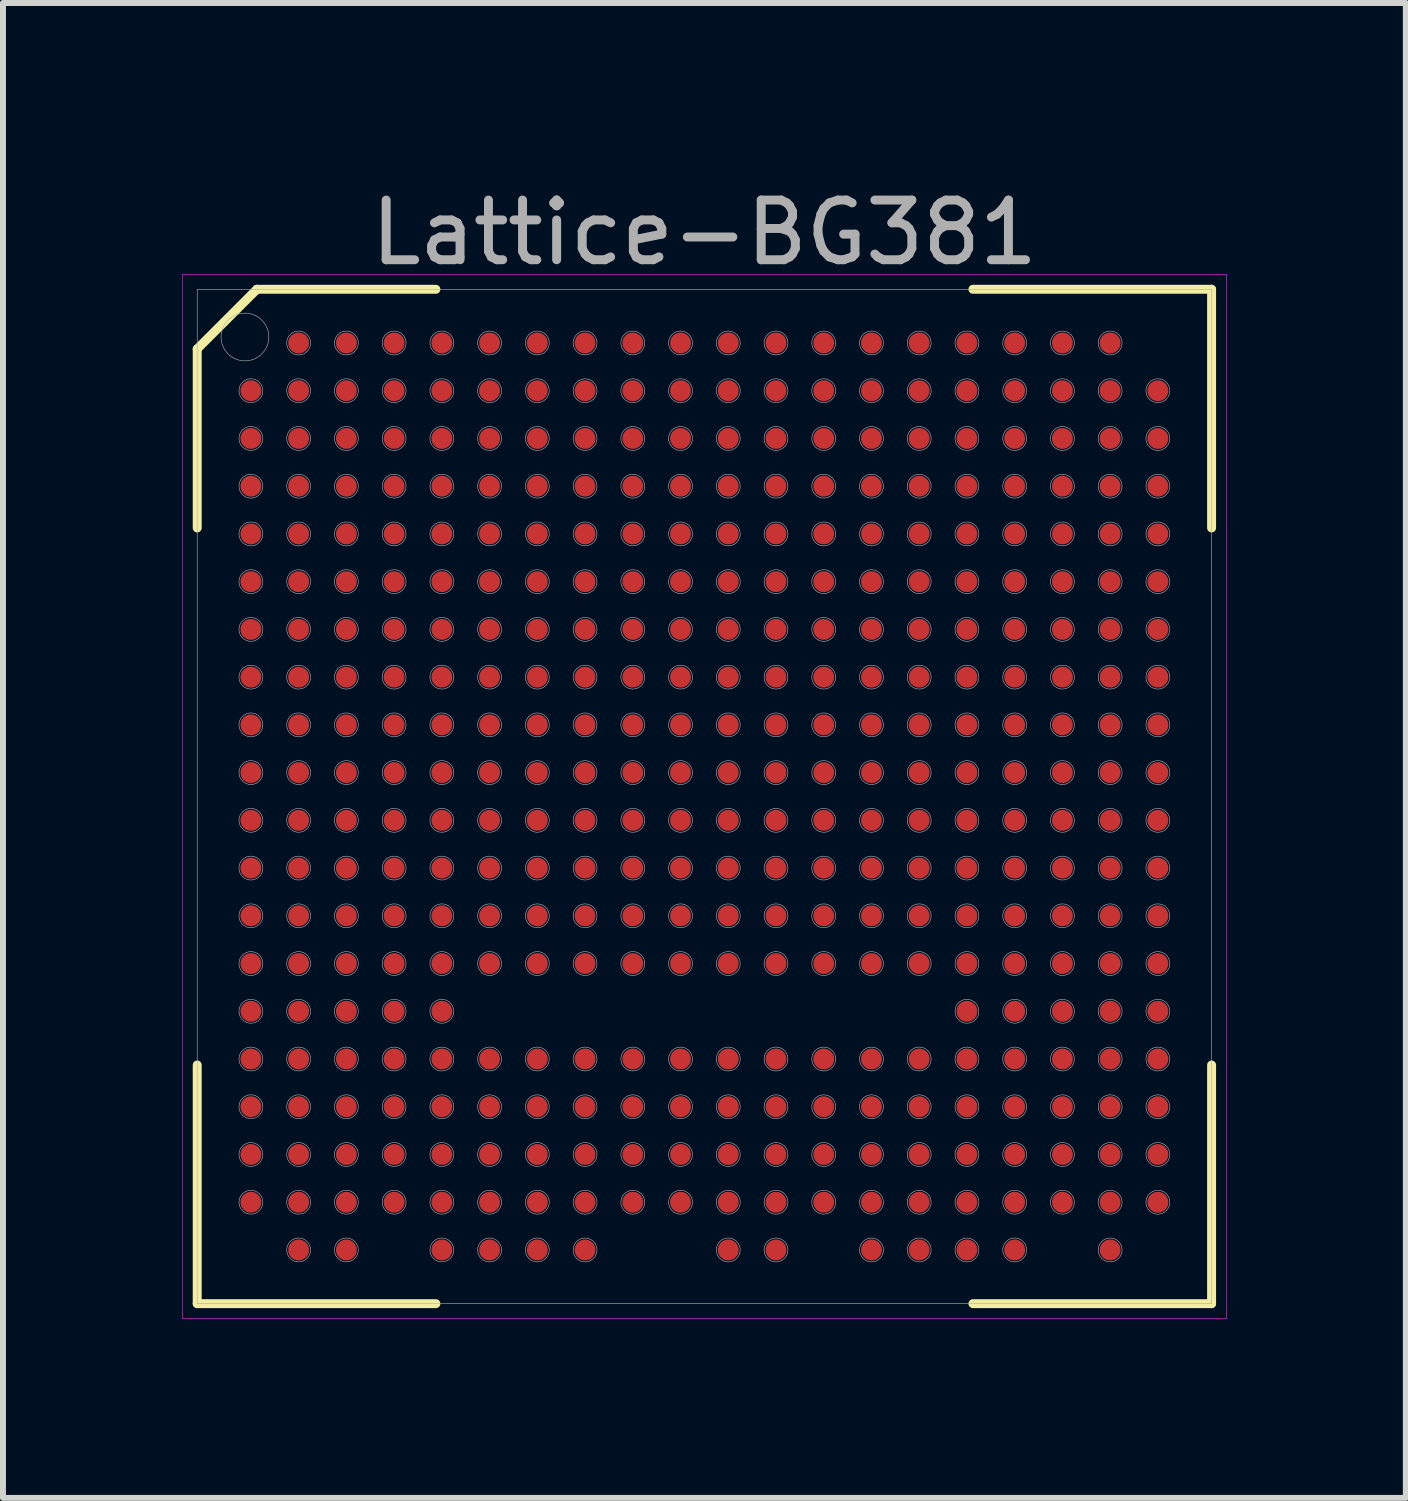
<source format=kicad_pcb>
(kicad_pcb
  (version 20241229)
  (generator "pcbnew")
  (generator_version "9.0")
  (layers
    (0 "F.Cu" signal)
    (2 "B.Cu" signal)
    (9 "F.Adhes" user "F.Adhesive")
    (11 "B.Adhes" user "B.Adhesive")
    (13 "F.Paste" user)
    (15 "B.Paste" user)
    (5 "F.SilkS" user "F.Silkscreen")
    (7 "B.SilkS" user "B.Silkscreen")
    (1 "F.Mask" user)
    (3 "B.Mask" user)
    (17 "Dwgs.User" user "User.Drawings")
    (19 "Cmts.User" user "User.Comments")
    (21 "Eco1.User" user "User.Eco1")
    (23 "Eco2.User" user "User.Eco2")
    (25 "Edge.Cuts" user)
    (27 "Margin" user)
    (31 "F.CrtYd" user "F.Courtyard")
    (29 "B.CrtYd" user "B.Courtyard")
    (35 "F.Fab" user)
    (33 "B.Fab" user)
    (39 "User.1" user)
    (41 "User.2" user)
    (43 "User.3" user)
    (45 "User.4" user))
  (footprint "Lattice-BG381"
    (layer "F.Cu")
    (at 8.755 10.298)
    (property "Reference" "Lattice-BG381" (at 0 -9.45 0) (layer "F.Fab") (effects (font (size 1 1) (thickness 0.15))))
    (attr through_hole)
    (fp_line (start -8.5 -7.5) (end -7.5 -8.5) (stroke (width 0.15) (type solid)) (layer "F.SilkS"))
    (fp_line (start -8.5 -4.5) (end -8.5 -7.5) (stroke (width 0.15) (type solid)) (layer "F.SilkS"))
    (fp_line (start -8.5 8.5) (end -8.5 4.5) (stroke (width 0.15) (type solid)) (layer "F.SilkS"))
    (fp_line (start -4.5 -8.5) (end -7.5 -8.5) (stroke (width 0.15) (type solid)) (layer "F.SilkS"))
    (fp_line (start -4.5 8.5) (end -8.5 8.5) (stroke (width 0.15) (type solid)) (layer "F.SilkS"))
    (fp_line (start 4.5 -8.5) (end 8.5 -8.5) (stroke (width 0.15) (type solid)) (layer "F.SilkS"))
    (fp_line (start 4.5 8.5) (end 8.5 8.5) (stroke (width 0.15) (type solid)) (layer "F.SilkS"))
    (fp_line (start 8.5 -8.5) (end 8.5 -4.5) (stroke (width 0.15) (type solid)) (layer "F.SilkS"))
    (fp_line (start 8.5 8.5) (end 8.5 4.5) (stroke (width 0.15) (type solid)) (layer "F.SilkS"))
    (fp_line (start -8.75 -8.75) (end 8.75 -8.75) (stroke (width 0.01) (type solid)) (layer "F.CrtYd"))
    (fp_line (start -8.75 8.75) (end -8.75 -8.75) (stroke (width 0.01) (type solid)) (layer "F.CrtYd"))
    (fp_line (start 8.75 -8.75) (end 8.75 8.75) (stroke (width 0.01) (type solid)) (layer "F.CrtYd"))
    (fp_line (start 8.75 8.75) (end -8.75 8.75) (stroke (width 0.01) (type solid)) (layer "F.CrtYd"))
    (fp_line (start -8.5 -8.5) (end 8.5 -8.5) (stroke (width 0.01) (type solid)) (layer "F.Fab"))
    (fp_line (start -8.5 8.5) (end -8.5 -8.5) (stroke (width 0.01) (type solid)) (layer "F.Fab"))
    (fp_line (start 8.5 -8.5) (end 8.5 8.5) (stroke (width 0.01) (type solid)) (layer "F.Fab"))
    (fp_line (start 8.5 8.5) (end -8.5 8.5) (stroke (width 0.01) (type solid)) (layer "F.Fab"))
    (fp_circle (center -7.7 -7.7) (end -7.7 -7.3) (stroke (width 0.01) (type solid)) (fill no) (layer "F.Fab"))
    (fp_circle (center -7.6 -6.8) (end -7.6 -6.6) (stroke (width 0.01) (type solid)) (fill no) (layer "F.Fab"))
    (fp_circle (center -7.6 -6) (end -7.6 -5.8) (stroke (width 0.01) (type solid)) (fill no) (layer "F.Fab"))
    (fp_circle (center -7.6 -5.2) (end -7.6 -5) (stroke (width 0.01) (type solid)) (fill no) (layer "F.Fab"))
    (fp_circle (center -7.6 -4.4) (end -7.6 -4.2) (stroke (width 0.01) (type solid)) (fill no) (layer "F.Fab"))
    (fp_circle (center -7.6 -3.6) (end -7.6 -3.4) (stroke (width 0.01) (type solid)) (fill no) (layer "F.Fab"))
    (fp_circle (center -7.6 -2.8) (end -7.6 -2.6) (stroke (width 0.01) (type solid)) (fill no) (layer "F.Fab"))
    (fp_circle (center -7.6 -2) (end -7.6 -1.8) (stroke (width 0.01) (type solid)) (fill no) (layer "F.Fab"))
    (fp_circle (center -7.6 -1.2) (end -7.6 -1) (stroke (width 0.01) (type solid)) (fill no) (layer "F.Fab"))
    (fp_circle (center -7.6 -0.4) (end -7.6 -0.2) (stroke (width 0.01) (type solid)) (fill no) (layer "F.Fab"))
    (fp_circle (center -7.6 0.4) (end -7.6 0.6) (stroke (width 0.01) (type solid)) (fill no) (layer "F.Fab"))
    (fp_circle (center -7.6 1.2) (end -7.6 1.4) (stroke (width 0.01) (type solid)) (fill no) (layer "F.Fab"))
    (fp_circle (center -7.6 2) (end -7.6 2.2) (stroke (width 0.01) (type solid)) (fill no) (layer "F.Fab"))
    (fp_circle (center -7.6 2.8) (end -7.6 3) (stroke (width 0.01) (type solid)) (fill no) (layer "F.Fab"))
    (fp_circle (center -7.6 3.6) (end -7.6 3.8) (stroke (width 0.01) (type solid)) (fill no) (layer "F.Fab"))
    (fp_circle (center -7.6 4.4) (end -7.6 4.6) (stroke (width 0.01) (type solid)) (fill no) (layer "F.Fab"))
    (fp_circle (center -7.6 5.2) (end -7.6 5.4) (stroke (width 0.01) (type solid)) (fill no) (layer "F.Fab"))
    (fp_circle (center -7.6 6) (end -7.6 6.2) (stroke (width 0.01) (type solid)) (fill no) (layer "F.Fab"))
    (fp_circle (center -7.6 6.8) (end -7.6 7) (stroke (width 0.01) (type solid)) (fill no) (layer "F.Fab"))
    (fp_circle (center -6.8 -7.6) (end -6.8 -7.4) (stroke (width 0.01) (type solid)) (fill no) (layer "F.Fab"))
    (fp_circle (center -6.8 -6.8) (end -6.8 -6.6) (stroke (width 0.01) (type solid)) (fill no) (layer "F.Fab"))
    (fp_circle (center -6.8 -6) (end -6.8 -5.8) (stroke (width 0.01) (type solid)) (fill no) (layer "F.Fab"))
    (fp_circle (center -6.8 -5.2) (end -6.8 -5) (stroke (width 0.01) (type solid)) (fill no) (layer "F.Fab"))
    (fp_circle (center -6.8 -4.4) (end -6.8 -4.2) (stroke (width 0.01) (type solid)) (fill no) (layer "F.Fab"))
    (fp_circle (center -6.8 -3.6) (end -6.8 -3.4) (stroke (width 0.01) (type solid)) (fill no) (layer "F.Fab"))
    (fp_circle (center -6.8 -2.8) (end -6.8 -2.6) (stroke (width 0.01) (type solid)) (fill no) (layer "F.Fab"))
    (fp_circle (center -6.8 -2) (end -6.8 -1.8) (stroke (width 0.01) (type solid)) (fill no) (layer "F.Fab"))
    (fp_circle (center -6.8 -1.2) (end -6.8 -1) (stroke (width 0.01) (type solid)) (fill no) (layer "F.Fab"))
    (fp_circle (center -6.8 -0.4) (end -6.8 -0.2) (stroke (width 0.01) (type solid)) (fill no) (layer "F.Fab"))
    (fp_circle (center -6.8 0.4) (end -6.8 0.6) (stroke (width 0.01) (type solid)) (fill no) (layer "F.Fab"))
    (fp_circle (center -6.8 1.2) (end -6.8 1.4) (stroke (width 0.01) (type solid)) (fill no) (layer "F.Fab"))
    (fp_circle (center -6.8 2) (end -6.8 2.2) (stroke (width 0.01) (type solid)) (fill no) (layer "F.Fab"))
    (fp_circle (center -6.8 2.8) (end -6.8 3) (stroke (width 0.01) (type solid)) (fill no) (layer "F.Fab"))
    (fp_circle (center -6.8 3.6) (end -6.8 3.8) (stroke (width 0.01) (type solid)) (fill no) (layer "F.Fab"))
    (fp_circle (center -6.8 4.4) (end -6.8 4.6) (stroke (width 0.01) (type solid)) (fill no) (layer "F.Fab"))
    (fp_circle (center -6.8 5.2) (end -6.8 5.4) (stroke (width 0.01) (type solid)) (fill no) (layer "F.Fab"))
    (fp_circle (center -6.8 6) (end -6.8 6.2) (stroke (width 0.01) (type solid)) (fill no) (layer "F.Fab"))
    (fp_circle (center -6.8 6.8) (end -6.8 7) (stroke (width 0.01) (type solid)) (fill no) (layer "F.Fab"))
    (fp_circle (center -6.8 7.6) (end -6.8 7.8) (stroke (width 0.01) (type solid)) (fill no) (layer "F.Fab"))
    (fp_circle (center -6 -7.6) (end -6 -7.4) (stroke (width 0.01) (type solid)) (fill no) (layer "F.Fab"))
    (fp_circle (center -6 -6.8) (end -6 -6.6) (stroke (width 0.01) (type solid)) (fill no) (layer "F.Fab"))
    (fp_circle (center -6 -6) (end -6 -5.8) (stroke (width 0.01) (type solid)) (fill no) (layer "F.Fab"))
    (fp_circle (center -6 -5.2) (end -6 -5) (stroke (width 0.01) (type solid)) (fill no) (layer "F.Fab"))
    (fp_circle (center -6 -4.4) (end -6 -4.2) (stroke (width 0.01) (type solid)) (fill no) (layer "F.Fab"))
    (fp_circle (center -6 -3.6) (end -6 -3.4) (stroke (width 0.01) (type solid)) (fill no) (layer "F.Fab"))
    (fp_circle (center -6 -2.8) (end -6 -2.6) (stroke (width 0.01) (type solid)) (fill no) (layer "F.Fab"))
    (fp_circle (center -6 -2) (end -6 -1.8) (stroke (width 0.01) (type solid)) (fill no) (layer "F.Fab"))
    (fp_circle (center -6 -1.2) (end -6 -1) (stroke (width 0.01) (type solid)) (fill no) (layer "F.Fab"))
    (fp_circle (center -6 -0.4) (end -6 -0.2) (stroke (width 0.01) (type solid)) (fill no) (layer "F.Fab"))
    (fp_circle (center -6 0.4) (end -6 0.6) (stroke (width 0.01) (type solid)) (fill no) (layer "F.Fab"))
    (fp_circle (center -6 1.2) (end -6 1.4) (stroke (width 0.01) (type solid)) (fill no) (layer "F.Fab"))
    (fp_circle (center -6 2) (end -6 2.2) (stroke (width 0.01) (type solid)) (fill no) (layer "F.Fab"))
    (fp_circle (center -6 2.8) (end -6 3) (stroke (width 0.01) (type solid)) (fill no) (layer "F.Fab"))
    (fp_circle (center -6 3.6) (end -6 3.8) (stroke (width 0.01) (type solid)) (fill no) (layer "F.Fab"))
    (fp_circle (center -6 4.4) (end -6 4.6) (stroke (width 0.01) (type solid)) (fill no) (layer "F.Fab"))
    (fp_circle (center -6 5.2) (end -6 5.4) (stroke (width 0.01) (type solid)) (fill no) (layer "F.Fab"))
    (fp_circle (center -6 6) (end -6 6.2) (stroke (width 0.01) (type solid)) (fill no) (layer "F.Fab"))
    (fp_circle (center -6 6.8) (end -6 7) (stroke (width 0.01) (type solid)) (fill no) (layer "F.Fab"))
    (fp_circle (center -6 7.6) (end -6 7.8) (stroke (width 0.01) (type solid)) (fill no) (layer "F.Fab"))
    (fp_circle (center -5.2 -7.6) (end -5.2 -7.4) (stroke (width 0.01) (type solid)) (fill no) (layer "F.Fab"))
    (fp_circle (center -5.2 -6.8) (end -5.2 -6.6) (stroke (width 0.01) (type solid)) (fill no) (layer "F.Fab"))
    (fp_circle (center -5.2 -6) (end -5.2 -5.8) (stroke (width 0.01) (type solid)) (fill no) (layer "F.Fab"))
    (fp_circle (center -5.2 -5.2) (end -5.2 -5) (stroke (width 0.01) (type solid)) (fill no) (layer "F.Fab"))
    (fp_circle (center -5.2 -4.4) (end -5.2 -4.2) (stroke (width 0.01) (type solid)) (fill no) (layer "F.Fab"))
    (fp_circle (center -5.2 -3.6) (end -5.2 -3.4) (stroke (width 0.01) (type solid)) (fill no) (layer "F.Fab"))
    (fp_circle (center -5.2 -2.8) (end -5.2 -2.6) (stroke (width 0.01) (type solid)) (fill no) (layer "F.Fab"))
    (fp_circle (center -5.2 -2) (end -5.2 -1.8) (stroke (width 0.01) (type solid)) (fill no) (layer "F.Fab"))
    (fp_circle (center -5.2 -1.2) (end -5.2 -1) (stroke (width 0.01) (type solid)) (fill no) (layer "F.Fab"))
    (fp_circle (center -5.2 -0.4) (end -5.2 -0.2) (stroke (width 0.01) (type solid)) (fill no) (layer "F.Fab"))
    (fp_circle (center -5.2 0.4) (end -5.2 0.6) (stroke (width 0.01) (type solid)) (fill no) (layer "F.Fab"))
    (fp_circle (center -5.2 1.2) (end -5.2 1.4) (stroke (width 0.01) (type solid)) (fill no) (layer "F.Fab"))
    (fp_circle (center -5.2 2) (end -5.2 2.2) (stroke (width 0.01) (type solid)) (fill no) (layer "F.Fab"))
    (fp_circle (center -5.2 2.8) (end -5.2 3) (stroke (width 0.01) (type solid)) (fill no) (layer "F.Fab"))
    (fp_circle (center -5.2 3.6) (end -5.2 3.8) (stroke (width 0.01) (type solid)) (fill no) (layer "F.Fab"))
    (fp_circle (center -5.2 4.4) (end -5.2 4.6) (stroke (width 0.01) (type solid)) (fill no) (layer "F.Fab"))
    (fp_circle (center -5.2 5.2) (end -5.2 5.4) (stroke (width 0.01) (type solid)) (fill no) (layer "F.Fab"))
    (fp_circle (center -5.2 6) (end -5.2 6.2) (stroke (width 0.01) (type solid)) (fill no) (layer "F.Fab"))
    (fp_circle (center -5.2 6.8) (end -5.2 7) (stroke (width 0.01) (type solid)) (fill no) (layer "F.Fab"))
    (fp_circle (center -4.4 -7.6) (end -4.4 -7.4) (stroke (width 0.01) (type solid)) (fill no) (layer "F.Fab"))
    (fp_circle (center -4.4 -6.8) (end -4.4 -6.6) (stroke (width 0.01) (type solid)) (fill no) (layer "F.Fab"))
    (fp_circle (center -4.4 -6) (end -4.4 -5.8) (stroke (width 0.01) (type solid)) (fill no) (layer "F.Fab"))
    (fp_circle (center -4.4 -5.2) (end -4.4 -5) (stroke (width 0.01) (type solid)) (fill no) (layer "F.Fab"))
    (fp_circle (center -4.4 -4.4) (end -4.4 -4.2) (stroke (width 0.01) (type solid)) (fill no) (layer "F.Fab"))
    (fp_circle (center -4.4 -3.6) (end -4.4 -3.4) (stroke (width 0.01) (type solid)) (fill no) (layer "F.Fab"))
    (fp_circle (center -4.4 -2.8) (end -4.4 -2.6) (stroke (width 0.01) (type solid)) (fill no) (layer "F.Fab"))
    (fp_circle (center -4.4 -2) (end -4.4 -1.8) (stroke (width 0.01) (type solid)) (fill no) (layer "F.Fab"))
    (fp_circle (center -4.4 -1.2) (end -4.4 -1) (stroke (width 0.01) (type solid)) (fill no) (layer "F.Fab"))
    (fp_circle (center -4.4 -0.4) (end -4.4 -0.2) (stroke (width 0.01) (type solid)) (fill no) (layer "F.Fab"))
    (fp_circle (center -4.4 0.4) (end -4.4 0.6) (stroke (width 0.01) (type solid)) (fill no) (layer "F.Fab"))
    (fp_circle (center -4.4 1.2) (end -4.4 1.4) (stroke (width 0.01) (type solid)) (fill no) (layer "F.Fab"))
    (fp_circle (center -4.4 2) (end -4.4 2.2) (stroke (width 0.01) (type solid)) (fill no) (layer "F.Fab"))
    (fp_circle (center -4.4 2.8) (end -4.4 3) (stroke (width 0.01) (type solid)) (fill no) (layer "F.Fab"))
    (fp_circle (center -4.4 3.6) (end -4.4 3.8) (stroke (width 0.01) (type solid)) (fill no) (layer "F.Fab"))
    (fp_circle (center -4.4 4.4) (end -4.4 4.6) (stroke (width 0.01) (type solid)) (fill no) (layer "F.Fab"))
    (fp_circle (center -4.4 5.2) (end -4.4 5.4) (stroke (width 0.01) (type solid)) (fill no) (layer "F.Fab"))
    (fp_circle (center -4.4 6) (end -4.4 6.2) (stroke (width 0.01) (type solid)) (fill no) (layer "F.Fab"))
    (fp_circle (center -4.4 6.8) (end -4.4 7) (stroke (width 0.01) (type solid)) (fill no) (layer "F.Fab"))
    (fp_circle (center -4.4 7.6) (end -4.4 7.8) (stroke (width 0.01) (type solid)) (fill no) (layer "F.Fab"))
    (fp_circle (center -3.6 -7.6) (end -3.6 -7.4) (stroke (width 0.01) (type solid)) (fill no) (layer "F.Fab"))
    (fp_circle (center -3.6 -6.8) (end -3.6 -6.6) (stroke (width 0.01) (type solid)) (fill no) (layer "F.Fab"))
    (fp_circle (center -3.6 -6) (end -3.6 -5.8) (stroke (width 0.01) (type solid)) (fill no) (layer "F.Fab"))
    (fp_circle (center -3.6 -5.2) (end -3.6 -5) (stroke (width 0.01) (type solid)) (fill no) (layer "F.Fab"))
    (fp_circle (center -3.6 -4.4) (end -3.6 -4.2) (stroke (width 0.01) (type solid)) (fill no) (layer "F.Fab"))
    (fp_circle (center -3.6 -3.6) (end -3.6 -3.4) (stroke (width 0.01) (type solid)) (fill no) (layer "F.Fab"))
    (fp_circle (center -3.6 -2.8) (end -3.6 -2.6) (stroke (width 0.01) (type solid)) (fill no) (layer "F.Fab"))
    (fp_circle (center -3.6 -2) (end -3.6 -1.8) (stroke (width 0.01) (type solid)) (fill no) (layer "F.Fab"))
    (fp_circle (center -3.6 -1.2) (end -3.6 -1) (stroke (width 0.01) (type solid)) (fill no) (layer "F.Fab"))
    (fp_circle (center -3.6 -0.4) (end -3.6 -0.2) (stroke (width 0.01) (type solid)) (fill no) (layer "F.Fab"))
    (fp_circle (center -3.6 0.4) (end -3.6 0.6) (stroke (width 0.01) (type solid)) (fill no) (layer "F.Fab"))
    (fp_circle (center -3.6 1.2) (end -3.6 1.4) (stroke (width 0.01) (type solid)) (fill no) (layer "F.Fab"))
    (fp_circle (center -3.6 2) (end -3.6 2.2) (stroke (width 0.01) (type solid)) (fill no) (layer "F.Fab"))
    (fp_circle (center -3.6 2.8) (end -3.6 3) (stroke (width 0.01) (type solid)) (fill no) (layer "F.Fab"))
    (fp_circle (center -3.6 4.4) (end -3.6 4.6) (stroke (width 0.01) (type solid)) (fill no) (layer "F.Fab"))
    (fp_circle (center -3.6 5.2) (end -3.6 5.4) (stroke (width 0.01) (type solid)) (fill no) (layer "F.Fab"))
    (fp_circle (center -3.6 6) (end -3.6 6.2) (stroke (width 0.01) (type solid)) (fill no) (layer "F.Fab"))
    (fp_circle (center -3.6 6.8) (end -3.6 7) (stroke (width 0.01) (type solid)) (fill no) (layer "F.Fab"))
    (fp_circle (center -3.6 7.6) (end -3.6 7.8) (stroke (width 0.01) (type solid)) (fill no) (layer "F.Fab"))
    (fp_circle (center -2.8 -7.6) (end -2.8 -7.4) (stroke (width 0.01) (type solid)) (fill no) (layer "F.Fab"))
    (fp_circle (center -2.8 -6.8) (end -2.8 -6.6) (stroke (width 0.01) (type solid)) (fill no) (layer "F.Fab"))
    (fp_circle (center -2.8 -6) (end -2.8 -5.8) (stroke (width 0.01) (type solid)) (fill no) (layer "F.Fab"))
    (fp_circle (center -2.8 -5.2) (end -2.8 -5) (stroke (width 0.01) (type solid)) (fill no) (layer "F.Fab"))
    (fp_circle (center -2.8 -4.4) (end -2.8 -4.2) (stroke (width 0.01) (type solid)) (fill no) (layer "F.Fab"))
    (fp_circle (center -2.8 -3.6) (end -2.8 -3.4) (stroke (width 0.01) (type solid)) (fill no) (layer "F.Fab"))
    (fp_circle (center -2.8 -2.8) (end -2.8 -2.6) (stroke (width 0.01) (type solid)) (fill no) (layer "F.Fab"))
    (fp_circle (center -2.8 -2) (end -2.8 -1.8) (stroke (width 0.01) (type solid)) (fill no) (layer "F.Fab"))
    (fp_circle (center -2.8 -1.2) (end -2.8 -1) (stroke (width 0.01) (type solid)) (fill no) (layer "F.Fab"))
    (fp_circle (center -2.8 -0.4) (end -2.8 -0.2) (stroke (width 0.01) (type solid)) (fill no) (layer "F.Fab"))
    (fp_circle (center -2.8 0.4) (end -2.8 0.6) (stroke (width 0.01) (type solid)) (fill no) (layer "F.Fab"))
    (fp_circle (center -2.8 1.2) (end -2.8 1.4) (stroke (width 0.01) (type solid)) (fill no) (layer "F.Fab"))
    (fp_circle (center -2.8 2) (end -2.8 2.2) (stroke (width 0.01) (type solid)) (fill no) (layer "F.Fab"))
    (fp_circle (center -2.8 2.8) (end -2.8 3) (stroke (width 0.01) (type solid)) (fill no) (layer "F.Fab"))
    (fp_circle (center -2.8 4.4) (end -2.8 4.6) (stroke (width 0.01) (type solid)) (fill no) (layer "F.Fab"))
    (fp_circle (center -2.8 5.2) (end -2.8 5.4) (stroke (width 0.01) (type solid)) (fill no) (layer "F.Fab"))
    (fp_circle (center -2.8 6) (end -2.8 6.2) (stroke (width 0.01) (type solid)) (fill no) (layer "F.Fab"))
    (fp_circle (center -2.8 6.8) (end -2.8 7) (stroke (width 0.01) (type solid)) (fill no) (layer "F.Fab"))
    (fp_circle (center -2.8 7.6) (end -2.8 7.8) (stroke (width 0.01) (type solid)) (fill no) (layer "F.Fab"))
    (fp_circle (center -2 -7.6) (end -2 -7.4) (stroke (width 0.01) (type solid)) (fill no) (layer "F.Fab"))
    (fp_circle (center -2 -6.8) (end -2 -6.6) (stroke (width 0.01) (type solid)) (fill no) (layer "F.Fab"))
    (fp_circle (center -2 -6) (end -2 -5.8) (stroke (width 0.01) (type solid)) (fill no) (layer "F.Fab"))
    (fp_circle (center -2 -5.2) (end -2 -5) (stroke (width 0.01) (type solid)) (fill no) (layer "F.Fab"))
    (fp_circle (center -2 -4.4) (end -2 -4.2) (stroke (width 0.01) (type solid)) (fill no) (layer "F.Fab"))
    (fp_circle (center -2 -3.6) (end -2 -3.4) (stroke (width 0.01) (type solid)) (fill no) (layer "F.Fab"))
    (fp_circle (center -2 -2.8) (end -2 -2.6) (stroke (width 0.01) (type solid)) (fill no) (layer "F.Fab"))
    (fp_circle (center -2 -2) (end -2 -1.8) (stroke (width 0.01) (type solid)) (fill no) (layer "F.Fab"))
    (fp_circle (center -2 -1.2) (end -2 -1) (stroke (width 0.01) (type solid)) (fill no) (layer "F.Fab"))
    (fp_circle (center -2 -0.4) (end -2 -0.2) (stroke (width 0.01) (type solid)) (fill no) (layer "F.Fab"))
    (fp_circle (center -2 0.4) (end -2 0.6) (stroke (width 0.01) (type solid)) (fill no) (layer "F.Fab"))
    (fp_circle (center -2 1.2) (end -2 1.4) (stroke (width 0.01) (type solid)) (fill no) (layer "F.Fab"))
    (fp_circle (center -2 2) (end -2 2.2) (stroke (width 0.01) (type solid)) (fill no) (layer "F.Fab"))
    (fp_circle (center -2 2.8) (end -2 3) (stroke (width 0.01) (type solid)) (fill no) (layer "F.Fab"))
    (fp_circle (center -2 4.4) (end -2 4.6) (stroke (width 0.01) (type solid)) (fill no) (layer "F.Fab"))
    (fp_circle (center -2 5.2) (end -2 5.4) (stroke (width 0.01) (type solid)) (fill no) (layer "F.Fab"))
    (fp_circle (center -2 6) (end -2 6.2) (stroke (width 0.01) (type solid)) (fill no) (layer "F.Fab"))
    (fp_circle (center -2 6.8) (end -2 7) (stroke (width 0.01) (type solid)) (fill no) (layer "F.Fab"))
    (fp_circle (center -2 7.6) (end -2 7.8) (stroke (width 0.01) (type solid)) (fill no) (layer "F.Fab"))
    (fp_circle (center -1.2 -7.6) (end -1.2 -7.4) (stroke (width 0.01) (type solid)) (fill no) (layer "F.Fab"))
    (fp_circle (center -1.2 -6.8) (end -1.2 -6.6) (stroke (width 0.01) (type solid)) (fill no) (layer "F.Fab"))
    (fp_circle (center -1.2 -6) (end -1.2 -5.8) (stroke (width 0.01) (type solid)) (fill no) (layer "F.Fab"))
    (fp_circle (center -1.2 -5.2) (end -1.2 -5) (stroke (width 0.01) (type solid)) (fill no) (layer "F.Fab"))
    (fp_circle (center -1.2 -4.4) (end -1.2 -4.2) (stroke (width 0.01) (type solid)) (fill no) (layer "F.Fab"))
    (fp_circle (center -1.2 -3.6) (end -1.2 -3.4) (stroke (width 0.01) (type solid)) (fill no) (layer "F.Fab"))
    (fp_circle (center -1.2 -2.8) (end -1.2 -2.6) (stroke (width 0.01) (type solid)) (fill no) (layer "F.Fab"))
    (fp_circle (center -1.2 -2) (end -1.2 -1.8) (stroke (width 0.01) (type solid)) (fill no) (layer "F.Fab"))
    (fp_circle (center -1.2 -1.2) (end -1.2 -1) (stroke (width 0.01) (type solid)) (fill no) (layer "F.Fab"))
    (fp_circle (center -1.2 -0.4) (end -1.2 -0.2) (stroke (width 0.01) (type solid)) (fill no) (layer "F.Fab"))
    (fp_circle (center -1.2 0.4) (end -1.2 0.6) (stroke (width 0.01) (type solid)) (fill no) (layer "F.Fab"))
    (fp_circle (center -1.2 1.2) (end -1.2 1.4) (stroke (width 0.01) (type solid)) (fill no) (layer "F.Fab"))
    (fp_circle (center -1.2 2) (end -1.2 2.2) (stroke (width 0.01) (type solid)) (fill no) (layer "F.Fab"))
    (fp_circle (center -1.2 2.8) (end -1.2 3) (stroke (width 0.01) (type solid)) (fill no) (layer "F.Fab"))
    (fp_circle (center -1.2 4.4) (end -1.2 4.6) (stroke (width 0.01) (type solid)) (fill no) (layer "F.Fab"))
    (fp_circle (center -1.2 5.2) (end -1.2 5.4) (stroke (width 0.01) (type solid)) (fill no) (layer "F.Fab"))
    (fp_circle (center -1.2 6) (end -1.2 6.2) (stroke (width 0.01) (type solid)) (fill no) (layer "F.Fab"))
    (fp_circle (center -1.2 6.8) (end -1.2 7) (stroke (width 0.01) (type solid)) (fill no) (layer "F.Fab"))
    (fp_circle (center -0.4 -7.6) (end -0.4 -7.4) (stroke (width 0.01) (type solid)) (fill no) (layer "F.Fab"))
    (fp_circle (center -0.4 -6.8) (end -0.4 -6.6) (stroke (width 0.01) (type solid)) (fill no) (layer "F.Fab"))
    (fp_circle (center -0.4 -6) (end -0.4 -5.8) (stroke (width 0.01) (type solid)) (fill no) (layer "F.Fab"))
    (fp_circle (center -0.4 -5.2) (end -0.4 -5) (stroke (width 0.01) (type solid)) (fill no) (layer "F.Fab"))
    (fp_circle (center -0.4 -4.4) (end -0.4 -4.2) (stroke (width 0.01) (type solid)) (fill no) (layer "F.Fab"))
    (fp_circle (center -0.4 -3.6) (end -0.4 -3.4) (stroke (width 0.01) (type solid)) (fill no) (layer "F.Fab"))
    (fp_circle (center -0.4 -2.8) (end -0.4 -2.6) (stroke (width 0.01) (type solid)) (fill no) (layer "F.Fab"))
    (fp_circle (center -0.4 -2) (end -0.4 -1.8) (stroke (width 0.01) (type solid)) (fill no) (layer "F.Fab"))
    (fp_circle (center -0.4 -1.2) (end -0.4 -1) (stroke (width 0.01) (type solid)) (fill no) (layer "F.Fab"))
    (fp_circle (center -0.4 -0.4) (end -0.4 -0.2) (stroke (width 0.01) (type solid)) (fill no) (layer "F.Fab"))
    (fp_circle (center -0.4 0.4) (end -0.4 0.6) (stroke (width 0.01) (type solid)) (fill no) (layer "F.Fab"))
    (fp_circle (center -0.4 1.2) (end -0.4 1.4) (stroke (width 0.01) (type solid)) (fill no) (layer "F.Fab"))
    (fp_circle (center -0.4 2) (end -0.4 2.2) (stroke (width 0.01) (type solid)) (fill no) (layer "F.Fab"))
    (fp_circle (center -0.4 2.8) (end -0.4 3) (stroke (width 0.01) (type solid)) (fill no) (layer "F.Fab"))
    (fp_circle (center -0.4 4.4) (end -0.4 4.6) (stroke (width 0.01) (type solid)) (fill no) (layer "F.Fab"))
    (fp_circle (center -0.4 5.2) (end -0.4 5.4) (stroke (width 0.01) (type solid)) (fill no) (layer "F.Fab"))
    (fp_circle (center -0.4 6) (end -0.4 6.2) (stroke (width 0.01) (type solid)) (fill no) (layer "F.Fab"))
    (fp_circle (center -0.4 6.8) (end -0.4 7) (stroke (width 0.01) (type solid)) (fill no) (layer "F.Fab"))
    (fp_circle (center 0.4 -7.6) (end 0.4 -7.4) (stroke (width 0.01) (type solid)) (fill no) (layer "F.Fab"))
    (fp_circle (center 0.4 -6.8) (end 0.4 -6.6) (stroke (width 0.01) (type solid)) (fill no) (layer "F.Fab"))
    (fp_circle (center 0.4 -6) (end 0.4 -5.8) (stroke (width 0.01) (type solid)) (fill no) (layer "F.Fab"))
    (fp_circle (center 0.4 -5.2) (end 0.4 -5) (stroke (width 0.01) (type solid)) (fill no) (layer "F.Fab"))
    (fp_circle (center 0.4 -4.4) (end 0.4 -4.2) (stroke (width 0.01) (type solid)) (fill no) (layer "F.Fab"))
    (fp_circle (center 0.4 -3.6) (end 0.4 -3.4) (stroke (width 0.01) (type solid)) (fill no) (layer "F.Fab"))
    (fp_circle (center 0.4 -2.8) (end 0.4 -2.6) (stroke (width 0.01) (type solid)) (fill no) (layer "F.Fab"))
    (fp_circle (center 0.4 -2) (end 0.4 -1.8) (stroke (width 0.01) (type solid)) (fill no) (layer "F.Fab"))
    (fp_circle (center 0.4 -1.2) (end 0.4 -1) (stroke (width 0.01) (type solid)) (fill no) (layer "F.Fab"))
    (fp_circle (center 0.4 -0.4) (end 0.4 -0.2) (stroke (width 0.01) (type solid)) (fill no) (layer "F.Fab"))
    (fp_circle (center 0.4 0.4) (end 0.4 0.6) (stroke (width 0.01) (type solid)) (fill no) (layer "F.Fab"))
    (fp_circle (center 0.4 1.2) (end 0.4 1.4) (stroke (width 0.01) (type solid)) (fill no) (layer "F.Fab"))
    (fp_circle (center 0.4 2) (end 0.4 2.2) (stroke (width 0.01) (type solid)) (fill no) (layer "F.Fab"))
    (fp_circle (center 0.4 2.8) (end 0.4 3) (stroke (width 0.01) (type solid)) (fill no) (layer "F.Fab"))
    (fp_circle (center 0.4 4.4) (end 0.4 4.6) (stroke (width 0.01) (type solid)) (fill no) (layer "F.Fab"))
    (fp_circle (center 0.4 5.2) (end 0.4 5.4) (stroke (width 0.01) (type solid)) (fill no) (layer "F.Fab"))
    (fp_circle (center 0.4 6) (end 0.4 6.2) (stroke (width 0.01) (type solid)) (fill no) (layer "F.Fab"))
    (fp_circle (center 0.4 6.8) (end 0.4 7) (stroke (width 0.01) (type solid)) (fill no) (layer "F.Fab"))
    (fp_circle (center 0.4 7.6) (end 0.4 7.8) (stroke (width 0.01) (type solid)) (fill no) (layer "F.Fab"))
    (fp_circle (center 1.2 -7.6) (end 1.2 -7.4) (stroke (width 0.01) (type solid)) (fill no) (layer "F.Fab"))
    (fp_circle (center 1.2 -6.8) (end 1.2 -6.6) (stroke (width 0.01) (type solid)) (fill no) (layer "F.Fab"))
    (fp_circle (center 1.2 -6) (end 1.2 -5.8) (stroke (width 0.01) (type solid)) (fill no) (layer "F.Fab"))
    (fp_circle (center 1.2 -5.2) (end 1.2 -5) (stroke (width 0.01) (type solid)) (fill no) (layer "F.Fab"))
    (fp_circle (center 1.2 -4.4) (end 1.2 -4.2) (stroke (width 0.01) (type solid)) (fill no) (layer "F.Fab"))
    (fp_circle (center 1.2 -3.6) (end 1.2 -3.4) (stroke (width 0.01) (type solid)) (fill no) (layer "F.Fab"))
    (fp_circle (center 1.2 -2.8) (end 1.2 -2.6) (stroke (width 0.01) (type solid)) (fill no) (layer "F.Fab"))
    (fp_circle (center 1.2 -2) (end 1.2 -1.8) (stroke (width 0.01) (type solid)) (fill no) (layer "F.Fab"))
    (fp_circle (center 1.2 -1.2) (end 1.2 -1) (stroke (width 0.01) (type solid)) (fill no) (layer "F.Fab"))
    (fp_circle (center 1.2 -0.4) (end 1.2 -0.2) (stroke (width 0.01) (type solid)) (fill no) (layer "F.Fab"))
    (fp_circle (center 1.2 0.4) (end 1.2 0.6) (stroke (width 0.01) (type solid)) (fill no) (layer "F.Fab"))
    (fp_circle (center 1.2 1.2) (end 1.2 1.4) (stroke (width 0.01) (type solid)) (fill no) (layer "F.Fab"))
    (fp_circle (center 1.2 2) (end 1.2 2.2) (stroke (width 0.01) (type solid)) (fill no) (layer "F.Fab"))
    (fp_circle (center 1.2 2.8) (end 1.2 3) (stroke (width 0.01) (type solid)) (fill no) (layer "F.Fab"))
    (fp_circle (center 1.2 4.4) (end 1.2 4.6) (stroke (width 0.01) (type solid)) (fill no) (layer "F.Fab"))
    (fp_circle (center 1.2 5.2) (end 1.2 5.4) (stroke (width 0.01) (type solid)) (fill no) (layer "F.Fab"))
    (fp_circle (center 1.2 6) (end 1.2 6.2) (stroke (width 0.01) (type solid)) (fill no) (layer "F.Fab"))
    (fp_circle (center 1.2 6.8) (end 1.2 7) (stroke (width 0.01) (type solid)) (fill no) (layer "F.Fab"))
    (fp_circle (center 1.2 7.6) (end 1.2 7.8) (stroke (width 0.01) (type solid)) (fill no) (layer "F.Fab"))
    (fp_circle (center 2 -7.6) (end 2 -7.4) (stroke (width 0.01) (type solid)) (fill no) (layer "F.Fab"))
    (fp_circle (center 2 -6.8) (end 2 -6.6) (stroke (width 0.01) (type solid)) (fill no) (layer "F.Fab"))
    (fp_circle (center 2 -6) (end 2 -5.8) (stroke (width 0.01) (type solid)) (fill no) (layer "F.Fab"))
    (fp_circle (center 2 -5.2) (end 2 -5) (stroke (width 0.01) (type solid)) (fill no) (layer "F.Fab"))
    (fp_circle (center 2 -4.4) (end 2 -4.2) (stroke (width 0.01) (type solid)) (fill no) (layer "F.Fab"))
    (fp_circle (center 2 -3.6) (end 2 -3.4) (stroke (width 0.01) (type solid)) (fill no) (layer "F.Fab"))
    (fp_circle (center 2 -2.8) (end 2 -2.6) (stroke (width 0.01) (type solid)) (fill no) (layer "F.Fab"))
    (fp_circle (center 2 -2) (end 2 -1.8) (stroke (width 0.01) (type solid)) (fill no) (layer "F.Fab"))
    (fp_circle (center 2 -1.2) (end 2 -1) (stroke (width 0.01) (type solid)) (fill no) (layer "F.Fab"))
    (fp_circle (center 2 -0.4) (end 2 -0.2) (stroke (width 0.01) (type solid)) (fill no) (layer "F.Fab"))
    (fp_circle (center 2 0.4) (end 2 0.6) (stroke (width 0.01) (type solid)) (fill no) (layer "F.Fab"))
    (fp_circle (center 2 1.2) (end 2 1.4) (stroke (width 0.01) (type solid)) (fill no) (layer "F.Fab"))
    (fp_circle (center 2 2) (end 2 2.2) (stroke (width 0.01) (type solid)) (fill no) (layer "F.Fab"))
    (fp_circle (center 2 2.8) (end 2 3) (stroke (width 0.01) (type solid)) (fill no) (layer "F.Fab"))
    (fp_circle (center 2 4.4) (end 2 4.6) (stroke (width 0.01) (type solid)) (fill no) (layer "F.Fab"))
    (fp_circle (center 2 5.2) (end 2 5.4) (stroke (width 0.01) (type solid)) (fill no) (layer "F.Fab"))
    (fp_circle (center 2 6) (end 2 6.2) (stroke (width 0.01) (type solid)) (fill no) (layer "F.Fab"))
    (fp_circle (center 2 6.8) (end 2 7) (stroke (width 0.01) (type solid)) (fill no) (layer "F.Fab"))
    (fp_circle (center 2.8 -7.6) (end 2.8 -7.4) (stroke (width 0.01) (type solid)) (fill no) (layer "F.Fab"))
    (fp_circle (center 2.8 -6.8) (end 2.8 -6.6) (stroke (width 0.01) (type solid)) (fill no) (layer "F.Fab"))
    (fp_circle (center 2.8 -6) (end 2.8 -5.8) (stroke (width 0.01) (type solid)) (fill no) (layer "F.Fab"))
    (fp_circle (center 2.8 -5.2) (end 2.8 -5) (stroke (width 0.01) (type solid)) (fill no) (layer "F.Fab"))
    (fp_circle (center 2.8 -4.4) (end 2.8 -4.2) (stroke (width 0.01) (type solid)) (fill no) (layer "F.Fab"))
    (fp_circle (center 2.8 -3.6) (end 2.8 -3.4) (stroke (width 0.01) (type solid)) (fill no) (layer "F.Fab"))
    (fp_circle (center 2.8 -2.8) (end 2.8 -2.6) (stroke (width 0.01) (type solid)) (fill no) (layer "F.Fab"))
    (fp_circle (center 2.8 -2) (end 2.8 -1.8) (stroke (width 0.01) (type solid)) (fill no) (layer "F.Fab"))
    (fp_circle (center 2.8 -1.2) (end 2.8 -1) (stroke (width 0.01) (type solid)) (fill no) (layer "F.Fab"))
    (fp_circle (center 2.8 -0.4) (end 2.8 -0.2) (stroke (width 0.01) (type solid)) (fill no) (layer "F.Fab"))
    (fp_circle (center 2.8 0.4) (end 2.8 0.6) (stroke (width 0.01) (type solid)) (fill no) (layer "F.Fab"))
    (fp_circle (center 2.8 1.2) (end 2.8 1.4) (stroke (width 0.01) (type solid)) (fill no) (layer "F.Fab"))
    (fp_circle (center 2.8 2) (end 2.8 2.2) (stroke (width 0.01) (type solid)) (fill no) (layer "F.Fab"))
    (fp_circle (center 2.8 2.8) (end 2.8 3) (stroke (width 0.01) (type solid)) (fill no) (layer "F.Fab"))
    (fp_circle (center 2.8 4.4) (end 2.8 4.6) (stroke (width 0.01) (type solid)) (fill no) (layer "F.Fab"))
    (fp_circle (center 2.8 5.2) (end 2.8 5.4) (stroke (width 0.01) (type solid)) (fill no) (layer "F.Fab"))
    (fp_circle (center 2.8 6) (end 2.8 6.2) (stroke (width 0.01) (type solid)) (fill no) (layer "F.Fab"))
    (fp_circle (center 2.8 6.8) (end 2.8 7) (stroke (width 0.01) (type solid)) (fill no) (layer "F.Fab"))
    (fp_circle (center 2.8 7.6) (end 2.8 7.8) (stroke (width 0.01) (type solid)) (fill no) (layer "F.Fab"))
    (fp_circle (center 3.6 -7.6) (end 3.6 -7.4) (stroke (width 0.01) (type solid)) (fill no) (layer "F.Fab"))
    (fp_circle (center 3.6 -6.8) (end 3.6 -6.6) (stroke (width 0.01) (type solid)) (fill no) (layer "F.Fab"))
    (fp_circle (center 3.6 -6) (end 3.6 -5.8) (stroke (width 0.01) (type solid)) (fill no) (layer "F.Fab"))
    (fp_circle (center 3.6 -5.2) (end 3.6 -5) (stroke (width 0.01) (type solid)) (fill no) (layer "F.Fab"))
    (fp_circle (center 3.6 -4.4) (end 3.6 -4.2) (stroke (width 0.01) (type solid)) (fill no) (layer "F.Fab"))
    (fp_circle (center 3.6 -3.6) (end 3.6 -3.4) (stroke (width 0.01) (type solid)) (fill no) (layer "F.Fab"))
    (fp_circle (center 3.6 -2.8) (end 3.6 -2.6) (stroke (width 0.01) (type solid)) (fill no) (layer "F.Fab"))
    (fp_circle (center 3.6 -2) (end 3.6 -1.8) (stroke (width 0.01) (type solid)) (fill no) (layer "F.Fab"))
    (fp_circle (center 3.6 -1.2) (end 3.6 -1) (stroke (width 0.01) (type solid)) (fill no) (layer "F.Fab"))
    (fp_circle (center 3.6 -0.4) (end 3.6 -0.2) (stroke (width 0.01) (type solid)) (fill no) (layer "F.Fab"))
    (fp_circle (center 3.6 0.4) (end 3.6 0.6) (stroke (width 0.01) (type solid)) (fill no) (layer "F.Fab"))
    (fp_circle (center 3.6 1.2) (end 3.6 1.4) (stroke (width 0.01) (type solid)) (fill no) (layer "F.Fab"))
    (fp_circle (center 3.6 2) (end 3.6 2.2) (stroke (width 0.01) (type solid)) (fill no) (layer "F.Fab"))
    (fp_circle (center 3.6 2.8) (end 3.6 3) (stroke (width 0.01) (type solid)) (fill no) (layer "F.Fab"))
    (fp_circle (center 3.6 4.4) (end 3.6 4.6) (stroke (width 0.01) (type solid)) (fill no) (layer "F.Fab"))
    (fp_circle (center 3.6 5.2) (end 3.6 5.4) (stroke (width 0.01) (type solid)) (fill no) (layer "F.Fab"))
    (fp_circle (center 3.6 6) (end 3.6 6.2) (stroke (width 0.01) (type solid)) (fill no) (layer "F.Fab"))
    (fp_circle (center 3.6 6.8) (end 3.6 7) (stroke (width 0.01) (type solid)) (fill no) (layer "F.Fab"))
    (fp_circle (center 3.6 7.6) (end 3.6 7.8) (stroke (width 0.01) (type solid)) (fill no) (layer "F.Fab"))
    (fp_circle (center 4.4 -7.6) (end 4.4 -7.4) (stroke (width 0.01) (type solid)) (fill no) (layer "F.Fab"))
    (fp_circle (center 4.4 -6.8) (end 4.4 -6.6) (stroke (width 0.01) (type solid)) (fill no) (layer "F.Fab"))
    (fp_circle (center 4.4 -6) (end 4.4 -5.8) (stroke (width 0.01) (type solid)) (fill no) (layer "F.Fab"))
    (fp_circle (center 4.4 -5.2) (end 4.4 -5) (stroke (width 0.01) (type solid)) (fill no) (layer "F.Fab"))
    (fp_circle (center 4.4 -4.4) (end 4.4 -4.2) (stroke (width 0.01) (type solid)) (fill no) (layer "F.Fab"))
    (fp_circle (center 4.4 -3.6) (end 4.4 -3.4) (stroke (width 0.01) (type solid)) (fill no) (layer "F.Fab"))
    (fp_circle (center 4.4 -2.8) (end 4.4 -2.6) (stroke (width 0.01) (type solid)) (fill no) (layer "F.Fab"))
    (fp_circle (center 4.4 -2) (end 4.4 -1.8) (stroke (width 0.01) (type solid)) (fill no) (layer "F.Fab"))
    (fp_circle (center 4.4 -1.2) (end 4.4 -1) (stroke (width 0.01) (type solid)) (fill no) (layer "F.Fab"))
    (fp_circle (center 4.4 -0.4) (end 4.4 -0.2) (stroke (width 0.01) (type solid)) (fill no) (layer "F.Fab"))
    (fp_circle (center 4.4 0.4) (end 4.4 0.6) (stroke (width 0.01) (type solid)) (fill no) (layer "F.Fab"))
    (fp_circle (center 4.4 1.2) (end 4.4 1.4) (stroke (width 0.01) (type solid)) (fill no) (layer "F.Fab"))
    (fp_circle (center 4.4 2) (end 4.4 2.2) (stroke (width 0.01) (type solid)) (fill no) (layer "F.Fab"))
    (fp_circle (center 4.4 2.8) (end 4.4 3) (stroke (width 0.01) (type solid)) (fill no) (layer "F.Fab"))
    (fp_circle (center 4.4 3.6) (end 4.4 3.8) (stroke (width 0.01) (type solid)) (fill no) (layer "F.Fab"))
    (fp_circle (center 4.4 4.4) (end 4.4 4.6) (stroke (width 0.01) (type solid)) (fill no) (layer "F.Fab"))
    (fp_circle (center 4.4 5.2) (end 4.4 5.4) (stroke (width 0.01) (type solid)) (fill no) (layer "F.Fab"))
    (fp_circle (center 4.4 6) (end 4.4 6.2) (stroke (width 0.01) (type solid)) (fill no) (layer "F.Fab"))
    (fp_circle (center 4.4 6.8) (end 4.4 7) (stroke (width 0.01) (type solid)) (fill no) (layer "F.Fab"))
    (fp_circle (center 4.4 7.6) (end 4.4 7.8) (stroke (width 0.01) (type solid)) (fill no) (layer "F.Fab"))
    (fp_circle (center 5.2 -7.6) (end 5.2 -7.4) (stroke (width 0.01) (type solid)) (fill no) (layer "F.Fab"))
    (fp_circle (center 5.2 -6.8) (end 5.2 -6.6) (stroke (width 0.01) (type solid)) (fill no) (layer "F.Fab"))
    (fp_circle (center 5.2 -6) (end 5.2 -5.8) (stroke (width 0.01) (type solid)) (fill no) (layer "F.Fab"))
    (fp_circle (center 5.2 -5.2) (end 5.2 -5) (stroke (width 0.01) (type solid)) (fill no) (layer "F.Fab"))
    (fp_circle (center 5.2 -4.4) (end 5.2 -4.2) (stroke (width 0.01) (type solid)) (fill no) (layer "F.Fab"))
    (fp_circle (center 5.2 -3.6) (end 5.2 -3.4) (stroke (width 0.01) (type solid)) (fill no) (layer "F.Fab"))
    (fp_circle (center 5.2 -2.8) (end 5.2 -2.6) (stroke (width 0.01) (type solid)) (fill no) (layer "F.Fab"))
    (fp_circle (center 5.2 -2) (end 5.2 -1.8) (stroke (width 0.01) (type solid)) (fill no) (layer "F.Fab"))
    (fp_circle (center 5.2 -1.2) (end 5.2 -1) (stroke (width 0.01) (type solid)) (fill no) (layer "F.Fab"))
    (fp_circle (center 5.2 -0.4) (end 5.2 -0.2) (stroke (width 0.01) (type solid)) (fill no) (layer "F.Fab"))
    (fp_circle (center 5.2 0.4) (end 5.2 0.6) (stroke (width 0.01) (type solid)) (fill no) (layer "F.Fab"))
    (fp_circle (center 5.2 1.2) (end 5.2 1.4) (stroke (width 0.01) (type solid)) (fill no) (layer "F.Fab"))
    (fp_circle (center 5.2 2) (end 5.2 2.2) (stroke (width 0.01) (type solid)) (fill no) (layer "F.Fab"))
    (fp_circle (center 5.2 2.8) (end 5.2 3) (stroke (width 0.01) (type solid)) (fill no) (layer "F.Fab"))
    (fp_circle (center 5.2 3.6) (end 5.2 3.8) (stroke (width 0.01) (type solid)) (fill no) (layer "F.Fab"))
    (fp_circle (center 5.2 4.4) (end 5.2 4.6) (stroke (width 0.01) (type solid)) (fill no) (layer "F.Fab"))
    (fp_circle (center 5.2 5.2) (end 5.2 5.4) (stroke (width 0.01) (type solid)) (fill no) (layer "F.Fab"))
    (fp_circle (center 5.2 6) (end 5.2 6.2) (stroke (width 0.01) (type solid)) (fill no) (layer "F.Fab"))
    (fp_circle (center 5.2 6.8) (end 5.2 7) (stroke (width 0.01) (type solid)) (fill no) (layer "F.Fab"))
    (fp_circle (center 5.2 7.6) (end 5.2 7.8) (stroke (width 0.01) (type solid)) (fill no) (layer "F.Fab"))
    (fp_circle (center 6 -7.6) (end 6 -7.4) (stroke (width 0.01) (type solid)) (fill no) (layer "F.Fab"))
    (fp_circle (center 6 -6.8) (end 6 -6.6) (stroke (width 0.01) (type solid)) (fill no) (layer "F.Fab"))
    (fp_circle (center 6 -6) (end 6 -5.8) (stroke (width 0.01) (type solid)) (fill no) (layer "F.Fab"))
    (fp_circle (center 6 -5.2) (end 6 -5) (stroke (width 0.01) (type solid)) (fill no) (layer "F.Fab"))
    (fp_circle (center 6 -4.4) (end 6 -4.2) (stroke (width 0.01) (type solid)) (fill no) (layer "F.Fab"))
    (fp_circle (center 6 -3.6) (end 6 -3.4) (stroke (width 0.01) (type solid)) (fill no) (layer "F.Fab"))
    (fp_circle (center 6 -2.8) (end 6 -2.6) (stroke (width 0.01) (type solid)) (fill no) (layer "F.Fab"))
    (fp_circle (center 6 -2) (end 6 -1.8) (stroke (width 0.01) (type solid)) (fill no) (layer "F.Fab"))
    (fp_circle (center 6 -1.2) (end 6 -1) (stroke (width 0.01) (type solid)) (fill no) (layer "F.Fab"))
    (fp_circle (center 6 -0.4) (end 6 -0.2) (stroke (width 0.01) (type solid)) (fill no) (layer "F.Fab"))
    (fp_circle (center 6 0.4) (end 6 0.6) (stroke (width 0.01) (type solid)) (fill no) (layer "F.Fab"))
    (fp_circle (center 6 1.2) (end 6 1.4) (stroke (width 0.01) (type solid)) (fill no) (layer "F.Fab"))
    (fp_circle (center 6 2) (end 6 2.2) (stroke (width 0.01) (type solid)) (fill no) (layer "F.Fab"))
    (fp_circle (center 6 2.8) (end 6 3) (stroke (width 0.01) (type solid)) (fill no) (layer "F.Fab"))
    (fp_circle (center 6 3.6) (end 6 3.8) (stroke (width 0.01) (type solid)) (fill no) (layer "F.Fab"))
    (fp_circle (center 6 4.4) (end 6 4.6) (stroke (width 0.01) (type solid)) (fill no) (layer "F.Fab"))
    (fp_circle (center 6 5.2) (end 6 5.4) (stroke (width 0.01) (type solid)) (fill no) (layer "F.Fab"))
    (fp_circle (center 6 6) (end 6 6.2) (stroke (width 0.01) (type solid)) (fill no) (layer "F.Fab"))
    (fp_circle (center 6 6.8) (end 6 7) (stroke (width 0.01) (type solid)) (fill no) (layer "F.Fab"))
    (fp_circle (center 6.8 -7.6) (end 6.8 -7.4) (stroke (width 0.01) (type solid)) (fill no) (layer "F.Fab"))
    (fp_circle (center 6.8 -6.8) (end 6.8 -6.6) (stroke (width 0.01) (type solid)) (fill no) (layer "F.Fab"))
    (fp_circle (center 6.8 -6) (end 6.8 -5.8) (stroke (width 0.01) (type solid)) (fill no) (layer "F.Fab"))
    (fp_circle (center 6.8 -5.2) (end 6.8 -5) (stroke (width 0.01) (type solid)) (fill no) (layer "F.Fab"))
    (fp_circle (center 6.8 -4.4) (end 6.8 -4.2) (stroke (width 0.01) (type solid)) (fill no) (layer "F.Fab"))
    (fp_circle (center 6.8 -3.6) (end 6.8 -3.4) (stroke (width 0.01) (type solid)) (fill no) (layer "F.Fab"))
    (fp_circle (center 6.8 -2.8) (end 6.8 -2.6) (stroke (width 0.01) (type solid)) (fill no) (layer "F.Fab"))
    (fp_circle (center 6.8 -2) (end 6.8 -1.8) (stroke (width 0.01) (type solid)) (fill no) (layer "F.Fab"))
    (fp_circle (center 6.8 -1.2) (end 6.8 -1) (stroke (width 0.01) (type solid)) (fill no) (layer "F.Fab"))
    (fp_circle (center 6.8 -0.4) (end 6.8 -0.2) (stroke (width 0.01) (type solid)) (fill no) (layer "F.Fab"))
    (fp_circle (center 6.8 0.4) (end 6.8 0.6) (stroke (width 0.01) (type solid)) (fill no) (layer "F.Fab"))
    (fp_circle (center 6.8 1.2) (end 6.8 1.4) (stroke (width 0.01) (type solid)) (fill no) (layer "F.Fab"))
    (fp_circle (center 6.8 2) (end 6.8 2.2) (stroke (width 0.01) (type solid)) (fill no) (layer "F.Fab"))
    (fp_circle (center 6.8 2.8) (end 6.8 3) (stroke (width 0.01) (type solid)) (fill no) (layer "F.Fab"))
    (fp_circle (center 6.8 3.6) (end 6.8 3.8) (stroke (width 0.01) (type solid)) (fill no) (layer "F.Fab"))
    (fp_circle (center 6.8 4.4) (end 6.8 4.6) (stroke (width 0.01) (type solid)) (fill no) (layer "F.Fab"))
    (fp_circle (center 6.8 5.2) (end 6.8 5.4) (stroke (width 0.01) (type solid)) (fill no) (layer "F.Fab"))
    (fp_circle (center 6.8 6) (end 6.8 6.2) (stroke (width 0.01) (type solid)) (fill no) (layer "F.Fab"))
    (fp_circle (center 6.8 6.8) (end 6.8 7) (stroke (width 0.01) (type solid)) (fill no) (layer "F.Fab"))
    (fp_circle (center 6.8 7.6) (end 6.8 7.8) (stroke (width 0.01) (type solid)) (fill no) (layer "F.Fab"))
    (fp_circle (center 7.6 -6.8) (end 7.6 -6.6) (stroke (width 0.01) (type solid)) (fill no) (layer "F.Fab"))
    (fp_circle (center 7.6 -6) (end 7.6 -5.8) (stroke (width 0.01) (type solid)) (fill no) (layer "F.Fab"))
    (fp_circle (center 7.6 -5.2) (end 7.6 -5) (stroke (width 0.01) (type solid)) (fill no) (layer "F.Fab"))
    (fp_circle (center 7.6 -4.4) (end 7.6 -4.2) (stroke (width 0.01) (type solid)) (fill no) (layer "F.Fab"))
    (fp_circle (center 7.6 -3.6) (end 7.6 -3.4) (stroke (width 0.01) (type solid)) (fill no) (layer "F.Fab"))
    (fp_circle (center 7.6 -2.8) (end 7.6 -2.6) (stroke (width 0.01) (type solid)) (fill no) (layer "F.Fab"))
    (fp_circle (center 7.6 -2) (end 7.6 -1.8) (stroke (width 0.01) (type solid)) (fill no) (layer "F.Fab"))
    (fp_circle (center 7.6 -1.2) (end 7.6 -1) (stroke (width 0.01) (type solid)) (fill no) (layer "F.Fab"))
    (fp_circle (center 7.6 -0.4) (end 7.6 -0.2) (stroke (width 0.01) (type solid)) (fill no) (layer "F.Fab"))
    (fp_circle (center 7.6 0.4) (end 7.6 0.6) (stroke (width 0.01) (type solid)) (fill no) (layer "F.Fab"))
    (fp_circle (center 7.6 1.2) (end 7.6 1.4) (stroke (width 0.01) (type solid)) (fill no) (layer "F.Fab"))
    (fp_circle (center 7.6 2) (end 7.6 2.2) (stroke (width 0.01) (type solid)) (fill no) (layer "F.Fab"))
    (fp_circle (center 7.6 2.8) (end 7.6 3) (stroke (width 0.01) (type solid)) (fill no) (layer "F.Fab"))
    (fp_circle (center 7.6 3.6) (end 7.6 3.8) (stroke (width 0.01) (type solid)) (fill no) (layer "F.Fab"))
    (fp_circle (center 7.6 4.4) (end 7.6 4.6) (stroke (width 0.01) (type solid)) (fill no) (layer "F.Fab"))
    (fp_circle (center 7.6 5.2) (end 7.6 5.4) (stroke (width 0.01) (type solid)) (fill no) (layer "F.Fab"))
    (fp_circle (center 7.6 6) (end 7.6 6.2) (stroke (width 0.01) (type solid)) (fill no) (layer "F.Fab"))
    (fp_circle (center 7.6 6.8) (end 7.6 7) (stroke (width 0.01) (type solid)) (fill no) (layer "F.Fab"))
    (pad "A2" smd circle (at -6.8 -7.6) (size 0.35 0.35) (layers "F.Cu" "F.Mask" "F.Paste"))
    (pad "A3" smd circle (at -6 -7.6) (size 0.35 0.35) (layers "F.Cu" "F.Mask" "F.Paste"))
    (pad "A4" smd circle (at -5.2 -7.6) (size 0.35 0.35) (layers "F.Cu" "F.Mask" "F.Paste"))
    (pad "A5" smd circle (at -4.4 -7.6) (size 0.35 0.35) (layers "F.Cu" "F.Mask" "F.Paste"))
    (pad "A6" smd circle (at -3.6 -7.6) (size 0.35 0.35) (layers "F.Cu" "F.Mask" "F.Paste"))
    (pad "A7" smd circle (at -2.8 -7.6) (size 0.35 0.35) (layers "F.Cu" "F.Mask" "F.Paste"))
    (pad "A8" smd circle (at -2 -7.6) (size 0.35 0.35) (layers "F.Cu" "F.Mask" "F.Paste"))
    (pad "A9" smd circle (at -1.2 -7.6) (size 0.35 0.35) (layers "F.Cu" "F.Mask" "F.Paste"))
    (pad "A10" smd circle (at -0.4 -7.6) (size 0.35 0.35) (layers "F.Cu" "F.Mask" "F.Paste"))
    (pad "A11" smd circle (at 0.4 -7.6) (size 0.35 0.35) (layers "F.Cu" "F.Mask" "F.Paste"))
    (pad "A12" smd circle (at 1.2 -7.6) (size 0.35 0.35) (layers "F.Cu" "F.Mask" "F.Paste"))
    (pad "A13" smd circle (at 2 -7.6) (size 0.35 0.35) (layers "F.Cu" "F.Mask" "F.Paste"))
    (pad "A14" smd circle (at 2.8 -7.6) (size 0.35 0.35) (layers "F.Cu" "F.Mask" "F.Paste"))
    (pad "A15" smd circle (at 3.6 -7.6) (size 0.35 0.35) (layers "F.Cu" "F.Mask" "F.Paste"))
    (pad "A16" smd circle (at 4.4 -7.6) (size 0.35 0.35) (layers "F.Cu" "F.Mask" "F.Paste"))
    (pad "A17" smd circle (at 5.2 -7.6) (size 0.35 0.35) (layers "F.Cu" "F.Mask" "F.Paste"))
    (pad "A18" smd circle (at 6 -7.6) (size 0.35 0.35) (layers "F.Cu" "F.Mask" "F.Paste"))
    (pad "A19" smd circle (at 6.8 -7.6) (size 0.35 0.35) (layers "F.Cu" "F.Mask" "F.Paste"))
    (pad "B1" smd circle (at -7.6 -6.8) (size 0.35 0.35) (layers "F.Cu" "F.Mask" "F.Paste"))
    (pad "B2" smd circle (at -6.8 -6.8) (size 0.35 0.35) (layers "F.Cu" "F.Mask" "F.Paste"))
    (pad "B3" smd circle (at -6 -6.8) (size 0.35 0.35) (layers "F.Cu" "F.Mask" "F.Paste"))
    (pad "B4" smd circle (at -5.2 -6.8) (size 0.35 0.35) (layers "F.Cu" "F.Mask" "F.Paste"))
    (pad "B5" smd circle (at -4.4 -6.8) (size 0.35 0.35) (layers "F.Cu" "F.Mask" "F.Paste"))
    (pad "B6" smd circle (at -3.6 -6.8) (size 0.35 0.35) (layers "F.Cu" "F.Mask" "F.Paste"))
    (pad "B7" smd circle (at -2.8 -6.8) (size 0.35 0.35) (layers "F.Cu" "F.Mask" "F.Paste"))
    (pad "B8" smd circle (at -2 -6.8) (size 0.35 0.35) (layers "F.Cu" "F.Mask" "F.Paste"))
    (pad "B9" smd circle (at -1.2 -6.8) (size 0.35 0.35) (layers "F.Cu" "F.Mask" "F.Paste"))
    (pad "B10" smd circle (at -0.4 -6.8) (size 0.35 0.35) (layers "F.Cu" "F.Mask" "F.Paste"))
    (pad "B11" smd circle (at 0.4 -6.8) (size 0.35 0.35) (layers "F.Cu" "F.Mask" "F.Paste"))
    (pad "B12" smd circle (at 1.2 -6.8) (size 0.35 0.35) (layers "F.Cu" "F.Mask" "F.Paste"))
    (pad "B13" smd circle (at 2 -6.8) (size 0.35 0.35) (layers "F.Cu" "F.Mask" "F.Paste"))
    (pad "B14" smd circle (at 2.8 -6.8) (size 0.35 0.35) (layers "F.Cu" "F.Mask" "F.Paste"))
    (pad "B15" smd circle (at 3.6 -6.8) (size 0.35 0.35) (layers "F.Cu" "F.Mask" "F.Paste"))
    (pad "B16" smd circle (at 4.4 -6.8) (size 0.35 0.35) (layers "F.Cu" "F.Mask" "F.Paste"))
    (pad "B17" smd circle (at 5.2 -6.8) (size 0.35 0.35) (layers "F.Cu" "F.Mask" "F.Paste"))
    (pad "B18" smd circle (at 6 -6.8) (size 0.35 0.35) (layers "F.Cu" "F.Mask" "F.Paste"))
    (pad "B19" smd circle (at 6.8 -6.8) (size 0.35 0.35) (layers "F.Cu" "F.Mask" "F.Paste"))
    (pad "B20" smd circle (at 7.6 -6.8) (size 0.35 0.35) (layers "F.Cu" "F.Mask" "F.Paste"))
    (pad "C1" smd circle (at -7.6 -6) (size 0.35 0.35) (layers "F.Cu" "F.Mask" "F.Paste"))
    (pad "C2" smd circle (at -6.8 -6) (size 0.35 0.35) (layers "F.Cu" "F.Mask" "F.Paste"))
    (pad "C3" smd circle (at -6 -6) (size 0.35 0.35) (layers "F.Cu" "F.Mask" "F.Paste"))
    (pad "C4" smd circle (at -5.2 -6) (size 0.35 0.35) (layers "F.Cu" "F.Mask" "F.Paste"))
    (pad "C5" smd circle (at -4.4 -6) (size 0.35 0.35) (layers "F.Cu" "F.Mask" "F.Paste"))
    (pad "C6" smd circle (at -3.6 -6) (size 0.35 0.35) (layers "F.Cu" "F.Mask" "F.Paste"))
    (pad "C7" smd circle (at -2.8 -6) (size 0.35 0.35) (layers "F.Cu" "F.Mask" "F.Paste"))
    (pad "C8" smd circle (at -2 -6) (size 0.35 0.35) (layers "F.Cu" "F.Mask" "F.Paste"))
    (pad "C9" smd circle (at -1.2 -6) (size 0.35 0.35) (layers "F.Cu" "F.Mask" "F.Paste"))
    (pad "C10" smd circle (at -0.4 -6) (size 0.35 0.35) (layers "F.Cu" "F.Mask" "F.Paste"))
    (pad "C11" smd circle (at 0.4 -6) (size 0.35 0.35) (layers "F.Cu" "F.Mask" "F.Paste"))
    (pad "C12" smd circle (at 1.2 -6) (size 0.35 0.35) (layers "F.Cu" "F.Mask" "F.Paste"))
    (pad "C13" smd circle (at 2 -6) (size 0.35 0.35) (layers "F.Cu" "F.Mask" "F.Paste"))
    (pad "C14" smd circle (at 2.8 -6) (size 0.35 0.35) (layers "F.Cu" "F.Mask" "F.Paste"))
    (pad "C15" smd circle (at 3.6 -6) (size 0.35 0.35) (layers "F.Cu" "F.Mask" "F.Paste"))
    (pad "C16" smd circle (at 4.4 -6) (size 0.35 0.35) (layers "F.Cu" "F.Mask" "F.Paste"))
    (pad "C17" smd circle (at 5.2 -6) (size 0.35 0.35) (layers "F.Cu" "F.Mask" "F.Paste"))
    (pad "C18" smd circle (at 6 -6) (size 0.35 0.35) (layers "F.Cu" "F.Mask" "F.Paste"))
    (pad "C19" smd circle (at 6.8 -6) (size 0.35 0.35) (layers "F.Cu" "F.Mask" "F.Paste"))
    (pad "C20" smd circle (at 7.6 -6) (size 0.35 0.35) (layers "F.Cu" "F.Mask" "F.Paste"))
    (pad "D1" smd circle (at -7.6 -5.2) (size 0.35 0.35) (layers "F.Cu" "F.Mask" "F.Paste"))
    (pad "D2" smd circle (at -6.8 -5.2) (size 0.35 0.35) (layers "F.Cu" "F.Mask" "F.Paste"))
    (pad "D3" smd circle (at -6 -5.2) (size 0.35 0.35) (layers "F.Cu" "F.Mask" "F.Paste"))
    (pad "D4" smd circle (at -5.2 -5.2) (size 0.35 0.35) (layers "F.Cu" "F.Mask" "F.Paste"))
    (pad "D5" smd circle (at -4.4 -5.2) (size 0.35 0.35) (layers "F.Cu" "F.Mask" "F.Paste"))
    (pad "D6" smd circle (at -3.6 -5.2) (size 0.35 0.35) (layers "F.Cu" "F.Mask" "F.Paste"))
    (pad "D7" smd circle (at -2.8 -5.2) (size 0.35 0.35) (layers "F.Cu" "F.Mask" "F.Paste"))
    (pad "D8" smd circle (at -2 -5.2) (size 0.35 0.35) (layers "F.Cu" "F.Mask" "F.Paste"))
    (pad "D9" smd circle (at -1.2 -5.2) (size 0.35 0.35) (layers "F.Cu" "F.Mask" "F.Paste"))
    (pad "D10" smd circle (at -0.4 -5.2) (size 0.35 0.35) (layers "F.Cu" "F.Mask" "F.Paste"))
    (pad "D11" smd circle (at 0.4 -5.2) (size 0.35 0.35) (layers "F.Cu" "F.Mask" "F.Paste"))
    (pad "D12" smd circle (at 1.2 -5.2) (size 0.35 0.35) (layers "F.Cu" "F.Mask" "F.Paste"))
    (pad "D13" smd circle (at 2 -5.2) (size 0.35 0.35) (layers "F.Cu" "F.Mask" "F.Paste"))
    (pad "D14" smd circle (at 2.8 -5.2) (size 0.35 0.35) (layers "F.Cu" "F.Mask" "F.Paste"))
    (pad "D15" smd circle (at 3.6 -5.2) (size 0.35 0.35) (layers "F.Cu" "F.Mask" "F.Paste"))
    (pad "D16" smd circle (at 4.4 -5.2) (size 0.35 0.35) (layers "F.Cu" "F.Mask" "F.Paste"))
    (pad "D17" smd circle (at 5.2 -5.2) (size 0.35 0.35) (layers "F.Cu" "F.Mask" "F.Paste"))
    (pad "D18" smd circle (at 6 -5.2) (size 0.35 0.35) (layers "F.Cu" "F.Mask" "F.Paste"))
    (pad "D19" smd circle (at 6.8 -5.2) (size 0.35 0.35) (layers "F.Cu" "F.Mask" "F.Paste"))
    (pad "D20" smd circle (at 7.6 -5.2) (size 0.35 0.35) (layers "F.Cu" "F.Mask" "F.Paste"))
    (pad "E1" smd circle (at -7.6 -4.4) (size 0.35 0.35) (layers "F.Cu" "F.Mask" "F.Paste"))
    (pad "E2" smd circle (at -6.8 -4.4) (size 0.35 0.35) (layers "F.Cu" "F.Mask" "F.Paste"))
    (pad "E3" smd circle (at -6 -4.4) (size 0.35 0.35) (layers "F.Cu" "F.Mask" "F.Paste"))
    (pad "E4" smd circle (at -5.2 -4.4) (size 0.35 0.35) (layers "F.Cu" "F.Mask" "F.Paste"))
    (pad "E5" smd circle (at -4.4 -4.4) (size 0.35 0.35) (layers "F.Cu" "F.Mask" "F.Paste"))
    (pad "E6" smd circle (at -3.6 -4.4) (size 0.35 0.35) (layers "F.Cu" "F.Mask" "F.Paste"))
    (pad "E7" smd circle (at -2.8 -4.4) (size 0.35 0.35) (layers "F.Cu" "F.Mask" "F.Paste"))
    (pad "E8" smd circle (at -2 -4.4) (size 0.35 0.35) (layers "F.Cu" "F.Mask" "F.Paste"))
    (pad "E9" smd circle (at -1.2 -4.4) (size 0.35 0.35) (layers "F.Cu" "F.Mask" "F.Paste"))
    (pad "E10" smd circle (at -0.4 -4.4) (size 0.35 0.35) (layers "F.Cu" "F.Mask" "F.Paste"))
    (pad "E11" smd circle (at 0.4 -4.4) (size 0.35 0.35) (layers "F.Cu" "F.Mask" "F.Paste"))
    (pad "E12" smd circle (at 1.2 -4.4) (size 0.35 0.35) (layers "F.Cu" "F.Mask" "F.Paste"))
    (pad "E13" smd circle (at 2 -4.4) (size 0.35 0.35) (layers "F.Cu" "F.Mask" "F.Paste"))
    (pad "E14" smd circle (at 2.8 -4.4) (size 0.35 0.35) (layers "F.Cu" "F.Mask" "F.Paste"))
    (pad "E15" smd circle (at 3.6 -4.4) (size 0.35 0.35) (layers "F.Cu" "F.Mask" "F.Paste"))
    (pad "E16" smd circle (at 4.4 -4.4) (size 0.35 0.35) (layers "F.Cu" "F.Mask" "F.Paste"))
    (pad "E17" smd circle (at 5.2 -4.4) (size 0.35 0.35) (layers "F.Cu" "F.Mask" "F.Paste"))
    (pad "E18" smd circle (at 6 -4.4) (size 0.35 0.35) (layers "F.Cu" "F.Mask" "F.Paste"))
    (pad "E19" smd circle (at 6.8 -4.4) (size 0.35 0.35) (layers "F.Cu" "F.Mask" "F.Paste"))
    (pad "E20" smd circle (at 7.6 -4.4) (size 0.35 0.35) (layers "F.Cu" "F.Mask" "F.Paste"))
    (pad "F1" smd circle (at -7.6 -3.6) (size 0.35 0.35) (layers "F.Cu" "F.Mask" "F.Paste"))
    (pad "F2" smd circle (at -6.8 -3.6) (size 0.35 0.35) (layers "F.Cu" "F.Mask" "F.Paste"))
    (pad "F3" smd circle (at -6 -3.6) (size 0.35 0.35) (layers "F.Cu" "F.Mask" "F.Paste"))
    (pad "F4" smd circle (at -5.2 -3.6) (size 0.35 0.35) (layers "F.Cu" "F.Mask" "F.Paste"))
    (pad "F5" smd circle (at -4.4 -3.6) (size 0.35 0.35) (layers "F.Cu" "F.Mask" "F.Paste"))
    (pad "F6" smd circle (at -3.6 -3.6) (size 0.35 0.35) (layers "F.Cu" "F.Mask" "F.Paste"))
    (pad "F7" smd circle (at -2.8 -3.6) (size 0.35 0.35) (layers "F.Cu" "F.Mask" "F.Paste"))
    (pad "F8" smd circle (at -2 -3.6) (size 0.35 0.35) (layers "F.Cu" "F.Mask" "F.Paste"))
    (pad "F9" smd circle (at -1.2 -3.6) (size 0.35 0.35) (layers "F.Cu" "F.Mask" "F.Paste"))
    (pad "F10" smd circle (at -0.4 -3.6) (size 0.35 0.35) (layers "F.Cu" "F.Mask" "F.Paste"))
    (pad "F11" smd circle (at 0.4 -3.6) (size 0.35 0.35) (layers "F.Cu" "F.Mask" "F.Paste"))
    (pad "F12" smd circle (at 1.2 -3.6) (size 0.35 0.35) (layers "F.Cu" "F.Mask" "F.Paste"))
    (pad "F13" smd circle (at 2 -3.6) (size 0.35 0.35) (layers "F.Cu" "F.Mask" "F.Paste"))
    (pad "F14" smd circle (at 2.8 -3.6) (size 0.35 0.35) (layers "F.Cu" "F.Mask" "F.Paste"))
    (pad "F15" smd circle (at 3.6 -3.6) (size 0.35 0.35) (layers "F.Cu" "F.Mask" "F.Paste"))
    (pad "F16" smd circle (at 4.4 -3.6) (size 0.35 0.35) (layers "F.Cu" "F.Mask" "F.Paste"))
    (pad "F17" smd circle (at 5.2 -3.6) (size 0.35 0.35) (layers "F.Cu" "F.Mask" "F.Paste"))
    (pad "F18" smd circle (at 6 -3.6) (size 0.35 0.35) (layers "F.Cu" "F.Mask" "F.Paste"))
    (pad "F19" smd circle (at 6.8 -3.6) (size 0.35 0.35) (layers "F.Cu" "F.Mask" "F.Paste"))
    (pad "F20" smd circle (at 7.6 -3.6) (size 0.35 0.35) (layers "F.Cu" "F.Mask" "F.Paste"))
    (pad "G1" smd circle (at -7.6 -2.8) (size 0.35 0.35) (layers "F.Cu" "F.Mask" "F.Paste"))
    (pad "G2" smd circle (at -6.8 -2.8) (size 0.35 0.35) (layers "F.Cu" "F.Mask" "F.Paste"))
    (pad "G3" smd circle (at -6 -2.8) (size 0.35 0.35) (layers "F.Cu" "F.Mask" "F.Paste"))
    (pad "G4" smd circle (at -5.2 -2.8) (size 0.35 0.35) (layers "F.Cu" "F.Mask" "F.Paste"))
    (pad "G5" smd circle (at -4.4 -2.8) (size 0.35 0.35) (layers "F.Cu" "F.Mask" "F.Paste"))
    (pad "G6" smd circle (at -3.6 -2.8) (size 0.35 0.35) (layers "F.Cu" "F.Mask" "F.Paste"))
    (pad "G7" smd circle (at -2.8 -2.8) (size 0.35 0.35) (layers "F.Cu" "F.Mask" "F.Paste"))
    (pad "G8" smd circle (at -2 -2.8) (size 0.35 0.35) (layers "F.Cu" "F.Mask" "F.Paste"))
    (pad "G9" smd circle (at -1.2 -2.8) (size 0.35 0.35) (layers "F.Cu" "F.Mask" "F.Paste"))
    (pad "G10" smd circle (at -0.4 -2.8) (size 0.35 0.35) (layers "F.Cu" "F.Mask" "F.Paste"))
    (pad "G11" smd circle (at 0.4 -2.8) (size 0.35 0.35) (layers "F.Cu" "F.Mask" "F.Paste"))
    (pad "G12" smd circle (at 1.2 -2.8) (size 0.35 0.35) (layers "F.Cu" "F.Mask" "F.Paste"))
    (pad "G13" smd circle (at 2 -2.8) (size 0.35 0.35) (layers "F.Cu" "F.Mask" "F.Paste"))
    (pad "G14" smd circle (at 2.8 -2.8) (size 0.35 0.35) (layers "F.Cu" "F.Mask" "F.Paste"))
    (pad "G15" smd circle (at 3.6 -2.8) (size 0.35 0.35) (layers "F.Cu" "F.Mask" "F.Paste"))
    (pad "G16" smd circle (at 4.4 -2.8) (size 0.35 0.35) (layers "F.Cu" "F.Mask" "F.Paste"))
    (pad "G17" smd circle (at 5.2 -2.8) (size 0.35 0.35) (layers "F.Cu" "F.Mask" "F.Paste"))
    (pad "G18" smd circle (at 6 -2.8) (size 0.35 0.35) (layers "F.Cu" "F.Mask" "F.Paste"))
    (pad "G19" smd circle (at 6.8 -2.8) (size 0.35 0.35) (layers "F.Cu" "F.Mask" "F.Paste"))
    (pad "G20" smd circle (at 7.6 -2.8) (size 0.35 0.35) (layers "F.Cu" "F.Mask" "F.Paste"))
    (pad "H1" smd circle (at -7.6 -2) (size 0.35 0.35) (layers "F.Cu" "F.Mask" "F.Paste"))
    (pad "H2" smd circle (at -6.8 -2) (size 0.35 0.35) (layers "F.Cu" "F.Mask" "F.Paste"))
    (pad "H3" smd circle (at -6 -2) (size 0.35 0.35) (layers "F.Cu" "F.Mask" "F.Paste"))
    (pad "H4" smd circle (at -5.2 -2) (size 0.35 0.35) (layers "F.Cu" "F.Mask" "F.Paste"))
    (pad "H5" smd circle (at -4.4 -2) (size 0.35 0.35) (layers "F.Cu" "F.Mask" "F.Paste"))
    (pad "H6" smd circle (at -3.6 -2) (size 0.35 0.35) (layers "F.Cu" "F.Mask" "F.Paste"))
    (pad "H7" smd circle (at -2.8 -2) (size 0.35 0.35) (layers "F.Cu" "F.Mask" "F.Paste"))
    (pad "H8" smd circle (at -2 -2) (size 0.35 0.35) (layers "F.Cu" "F.Mask" "F.Paste"))
    (pad "H9" smd circle (at -1.2 -2) (size 0.35 0.35) (layers "F.Cu" "F.Mask" "F.Paste"))
    (pad "H10" smd circle (at -0.4 -2) (size 0.35 0.35) (layers "F.Cu" "F.Mask" "F.Paste"))
    (pad "H11" smd circle (at 0.4 -2) (size 0.35 0.35) (layers "F.Cu" "F.Mask" "F.Paste"))
    (pad "H12" smd circle (at 1.2 -2) (size 0.35 0.35) (layers "F.Cu" "F.Mask" "F.Paste"))
    (pad "H13" smd circle (at 2 -2) (size 0.35 0.35) (layers "F.Cu" "F.Mask" "F.Paste"))
    (pad "H14" smd circle (at 2.8 -2) (size 0.35 0.35) (layers "F.Cu" "F.Mask" "F.Paste"))
    (pad "H15" smd circle (at 3.6 -2) (size 0.35 0.35) (layers "F.Cu" "F.Mask" "F.Paste"))
    (pad "H16" smd circle (at 4.4 -2) (size 0.35 0.35) (layers "F.Cu" "F.Mask" "F.Paste"))
    (pad "H17" smd circle (at 5.2 -2) (size 0.35 0.35) (layers "F.Cu" "F.Mask" "F.Paste"))
    (pad "H18" smd circle (at 6 -2) (size 0.35 0.35) (layers "F.Cu" "F.Mask" "F.Paste"))
    (pad "H19" smd circle (at 6.8 -2) (size 0.35 0.35) (layers "F.Cu" "F.Mask" "F.Paste"))
    (pad "H20" smd circle (at 7.6 -2) (size 0.35 0.35) (layers "F.Cu" "F.Mask" "F.Paste"))
    (pad "J1" smd circle (at -7.6 -1.2) (size 0.35 0.35) (layers "F.Cu" "F.Mask" "F.Paste"))
    (pad "J2" smd circle (at -6.8 -1.2) (size 0.35 0.35) (layers "F.Cu" "F.Mask" "F.Paste"))
    (pad "J3" smd circle (at -6 -1.2) (size 0.35 0.35) (layers "F.Cu" "F.Mask" "F.Paste"))
    (pad "J4" smd circle (at -5.2 -1.2) (size 0.35 0.35) (layers "F.Cu" "F.Mask" "F.Paste"))
    (pad "J5" smd circle (at -4.4 -1.2) (size 0.35 0.35) (layers "F.Cu" "F.Mask" "F.Paste"))
    (pad "J6" smd circle (at -3.6 -1.2) (size 0.35 0.35) (layers "F.Cu" "F.Mask" "F.Paste"))
    (pad "J7" smd circle (at -2.8 -1.2) (size 0.35 0.35) (layers "F.Cu" "F.Mask" "F.Paste"))
    (pad "J8" smd circle (at -2 -1.2) (size 0.35 0.35) (layers "F.Cu" "F.Mask" "F.Paste"))
    (pad "J9" smd circle (at -1.2 -1.2) (size 0.35 0.35) (layers "F.Cu" "F.Mask" "F.Paste"))
    (pad "J10" smd circle (at -0.4 -1.2) (size 0.35 0.35) (layers "F.Cu" "F.Mask" "F.Paste"))
    (pad "J11" smd circle (at 0.4 -1.2) (size 0.35 0.35) (layers "F.Cu" "F.Mask" "F.Paste"))
    (pad "J12" smd circle (at 1.2 -1.2) (size 0.35 0.35) (layers "F.Cu" "F.Mask" "F.Paste"))
    (pad "J13" smd circle (at 2 -1.2) (size 0.35 0.35) (layers "F.Cu" "F.Mask" "F.Paste"))
    (pad "J14" smd circle (at 2.8 -1.2) (size 0.35 0.35) (layers "F.Cu" "F.Mask" "F.Paste"))
    (pad "J15" smd circle (at 3.6 -1.2) (size 0.35 0.35) (layers "F.Cu" "F.Mask" "F.Paste"))
    (pad "J16" smd circle (at 4.4 -1.2) (size 0.35 0.35) (layers "F.Cu" "F.Mask" "F.Paste"))
    (pad "J17" smd circle (at 5.2 -1.2) (size 0.35 0.35) (layers "F.Cu" "F.Mask" "F.Paste"))
    (pad "J18" smd circle (at 6 -1.2) (size 0.35 0.35) (layers "F.Cu" "F.Mask" "F.Paste"))
    (pad "J19" smd circle (at 6.8 -1.2) (size 0.35 0.35) (layers "F.Cu" "F.Mask" "F.Paste"))
    (pad "J20" smd circle (at 7.6 -1.2) (size 0.35 0.35) (layers "F.Cu" "F.Mask" "F.Paste"))
    (pad "K1" smd circle (at -7.6 -0.4) (size 0.35 0.35) (layers "F.Cu" "F.Mask" "F.Paste"))
    (pad "K2" smd circle (at -6.8 -0.4) (size 0.35 0.35) (layers "F.Cu" "F.Mask" "F.Paste"))
    (pad "K3" smd circle (at -6 -0.4) (size 0.35 0.35) (layers "F.Cu" "F.Mask" "F.Paste"))
    (pad "K4" smd circle (at -5.2 -0.4) (size 0.35 0.35) (layers "F.Cu" "F.Mask" "F.Paste"))
    (pad "K5" smd circle (at -4.4 -0.4) (size 0.35 0.35) (layers "F.Cu" "F.Mask" "F.Paste"))
    (pad "K6" smd circle (at -3.6 -0.4) (size 0.35 0.35) (layers "F.Cu" "F.Mask" "F.Paste"))
    (pad "K7" smd circle (at -2.8 -0.4) (size 0.35 0.35) (layers "F.Cu" "F.Mask" "F.Paste"))
    (pad "K8" smd circle (at -2 -0.4) (size 0.35 0.35) (layers "F.Cu" "F.Mask" "F.Paste"))
    (pad "K9" smd circle (at -1.2 -0.4) (size 0.35 0.35) (layers "F.Cu" "F.Mask" "F.Paste"))
    (pad "K10" smd circle (at -0.4 -0.4) (size 0.35 0.35) (layers "F.Cu" "F.Mask" "F.Paste"))
    (pad "K11" smd circle (at 0.4 -0.4) (size 0.35 0.35) (layers "F.Cu" "F.Mask" "F.Paste"))
    (pad "K12" smd circle (at 1.2 -0.4) (size 0.35 0.35) (layers "F.Cu" "F.Mask" "F.Paste"))
    (pad "K13" smd circle (at 2 -0.4) (size 0.35 0.35) (layers "F.Cu" "F.Mask" "F.Paste"))
    (pad "K14" smd circle (at 2.8 -0.4) (size 0.35 0.35) (layers "F.Cu" "F.Mask" "F.Paste"))
    (pad "K15" smd circle (at 3.6 -0.4) (size 0.35 0.35) (layers "F.Cu" "F.Mask" "F.Paste"))
    (pad "K16" smd circle (at 4.4 -0.4) (size 0.35 0.35) (layers "F.Cu" "F.Mask" "F.Paste"))
    (pad "K17" smd circle (at 5.2 -0.4) (size 0.35 0.35) (layers "F.Cu" "F.Mask" "F.Paste"))
    (pad "K18" smd circle (at 6 -0.4) (size 0.35 0.35) (layers "F.Cu" "F.Mask" "F.Paste"))
    (pad "K19" smd circle (at 6.8 -0.4) (size 0.35 0.35) (layers "F.Cu" "F.Mask" "F.Paste"))
    (pad "K20" smd circle (at 7.6 -0.4) (size 0.35 0.35) (layers "F.Cu" "F.Mask" "F.Paste"))
    (pad "L1" smd circle (at -7.6 0.4) (size 0.35 0.35) (layers "F.Cu" "F.Mask" "F.Paste"))
    (pad "L2" smd circle (at -6.8 0.4) (size 0.35 0.35) (layers "F.Cu" "F.Mask" "F.Paste"))
    (pad "L3" smd circle (at -6 0.4) (size 0.35 0.35) (layers "F.Cu" "F.Mask" "F.Paste"))
    (pad "L4" smd circle (at -5.2 0.4) (size 0.35 0.35) (layers "F.Cu" "F.Mask" "F.Paste"))
    (pad "L5" smd circle (at -4.4 0.4) (size 0.35 0.35) (layers "F.Cu" "F.Mask" "F.Paste"))
    (pad "L6" smd circle (at -3.6 0.4) (size 0.35 0.35) (layers "F.Cu" "F.Mask" "F.Paste"))
    (pad "L7" smd circle (at -2.8 0.4) (size 0.35 0.35) (layers "F.Cu" "F.Mask" "F.Paste"))
    (pad "L8" smd circle (at -2 0.4) (size 0.35 0.35) (layers "F.Cu" "F.Mask" "F.Paste"))
    (pad "L9" smd circle (at -1.2 0.4) (size 0.35 0.35) (layers "F.Cu" "F.Mask" "F.Paste"))
    (pad "L10" smd circle (at -0.4 0.4) (size 0.35 0.35) (layers "F.Cu" "F.Mask" "F.Paste"))
    (pad "L11" smd circle (at 0.4 0.4) (size 0.35 0.35) (layers "F.Cu" "F.Mask" "F.Paste"))
    (pad "L12" smd circle (at 1.2 0.4) (size 0.35 0.35) (layers "F.Cu" "F.Mask" "F.Paste"))
    (pad "L13" smd circle (at 2 0.4) (size 0.35 0.35) (layers "F.Cu" "F.Mask" "F.Paste"))
    (pad "L14" smd circle (at 2.8 0.4) (size 0.35 0.35) (layers "F.Cu" "F.Mask" "F.Paste"))
    (pad "L15" smd circle (at 3.6 0.4) (size 0.35 0.35) (layers "F.Cu" "F.Mask" "F.Paste"))
    (pad "L16" smd circle (at 4.4 0.4) (size 0.35 0.35) (layers "F.Cu" "F.Mask" "F.Paste"))
    (pad "L17" smd circle (at 5.2 0.4) (size 0.35 0.35) (layers "F.Cu" "F.Mask" "F.Paste"))
    (pad "L18" smd circle (at 6 0.4) (size 0.35 0.35) (layers "F.Cu" "F.Mask" "F.Paste"))
    (pad "L19" smd circle (at 6.8 0.4) (size 0.35 0.35) (layers "F.Cu" "F.Mask" "F.Paste"))
    (pad "L20" smd circle (at 7.6 0.4) (size 0.35 0.35) (layers "F.Cu" "F.Mask" "F.Paste"))
    (pad "M1" smd circle (at -7.6 1.2) (size 0.35 0.35) (layers "F.Cu" "F.Mask" "F.Paste"))
    (pad "M2" smd circle (at -6.8 1.2) (size 0.35 0.35) (layers "F.Cu" "F.Mask" "F.Paste"))
    (pad "M3" smd circle (at -6 1.2) (size 0.35 0.35) (layers "F.Cu" "F.Mask" "F.Paste"))
    (pad "M4" smd circle (at -5.2 1.2) (size 0.35 0.35) (layers "F.Cu" "F.Mask" "F.Paste"))
    (pad "M5" smd circle (at -4.4 1.2) (size 0.35 0.35) (layers "F.Cu" "F.Mask" "F.Paste"))
    (pad "M6" smd circle (at -3.6 1.2) (size 0.35 0.35) (layers "F.Cu" "F.Mask" "F.Paste"))
    (pad "M7" smd circle (at -2.8 1.2) (size 0.35 0.35) (layers "F.Cu" "F.Mask" "F.Paste"))
    (pad "M8" smd circle (at -2 1.2) (size 0.35 0.35) (layers "F.Cu" "F.Mask" "F.Paste"))
    (pad "M9" smd circle (at -1.2 1.2) (size 0.35 0.35) (layers "F.Cu" "F.Mask" "F.Paste"))
    (pad "M10" smd circle (at -0.4 1.2) (size 0.35 0.35) (layers "F.Cu" "F.Mask" "F.Paste"))
    (pad "M11" smd circle (at 0.4 1.2) (size 0.35 0.35) (layers "F.Cu" "F.Mask" "F.Paste"))
    (pad "M12" smd circle (at 1.2 1.2) (size 0.35 0.35) (layers "F.Cu" "F.Mask" "F.Paste"))
    (pad "M13" smd circle (at 2 1.2) (size 0.35 0.35) (layers "F.Cu" "F.Mask" "F.Paste"))
    (pad "M14" smd circle (at 2.8 1.2) (size 0.35 0.35) (layers "F.Cu" "F.Mask" "F.Paste"))
    (pad "M15" smd circle (at 3.6 1.2) (size 0.35 0.35) (layers "F.Cu" "F.Mask" "F.Paste"))
    (pad "M16" smd circle (at 4.4 1.2) (size 0.35 0.35) (layers "F.Cu" "F.Mask" "F.Paste"))
    (pad "M17" smd circle (at 5.2 1.2) (size 0.35 0.35) (layers "F.Cu" "F.Mask" "F.Paste"))
    (pad "M18" smd circle (at 6 1.2) (size 0.35 0.35) (layers "F.Cu" "F.Mask" "F.Paste"))
    (pad "M19" smd circle (at 6.8 1.2) (size 0.35 0.35) (layers "F.Cu" "F.Mask" "F.Paste"))
    (pad "M20" smd circle (at 7.6 1.2) (size 0.35 0.35) (layers "F.Cu" "F.Mask" "F.Paste"))
    (pad "N1" smd circle (at -7.6 2) (size 0.35 0.35) (layers "F.Cu" "F.Mask" "F.Paste"))
    (pad "N2" smd circle (at -6.8 2) (size 0.35 0.35) (layers "F.Cu" "F.Mask" "F.Paste"))
    (pad "N3" smd circle (at -6 2) (size 0.35 0.35) (layers "F.Cu" "F.Mask" "F.Paste"))
    (pad "N4" smd circle (at -5.2 2) (size 0.35 0.35) (layers "F.Cu" "F.Mask" "F.Paste"))
    (pad "N5" smd circle (at -4.4 2) (size 0.35 0.35) (layers "F.Cu" "F.Mask" "F.Paste"))
    (pad "N6" smd circle (at -3.6 2) (size 0.35 0.35) (layers "F.Cu" "F.Mask" "F.Paste"))
    (pad "N7" smd circle (at -2.8 2) (size 0.35 0.35) (layers "F.Cu" "F.Mask" "F.Paste"))
    (pad "N8" smd circle (at -2 2) (size 0.35 0.35) (layers "F.Cu" "F.Mask" "F.Paste"))
    (pad "N9" smd circle (at -1.2 2) (size 0.35 0.35) (layers "F.Cu" "F.Mask" "F.Paste"))
    (pad "N10" smd circle (at -0.4 2) (size 0.35 0.35) (layers "F.Cu" "F.Mask" "F.Paste"))
    (pad "N11" smd circle (at 0.4 2) (size 0.35 0.35) (layers "F.Cu" "F.Mask" "F.Paste"))
    (pad "N12" smd circle (at 1.2 2) (size 0.35 0.35) (layers "F.Cu" "F.Mask" "F.Paste"))
    (pad "N13" smd circle (at 2 2) (size 0.35 0.35) (layers "F.Cu" "F.Mask" "F.Paste"))
    (pad "N14" smd circle (at 2.8 2) (size 0.35 0.35) (layers "F.Cu" "F.Mask" "F.Paste"))
    (pad "N15" smd circle (at 3.6 2) (size 0.35 0.35) (layers "F.Cu" "F.Mask" "F.Paste"))
    (pad "N16" smd circle (at 4.4 2) (size 0.35 0.35) (layers "F.Cu" "F.Mask" "F.Paste"))
    (pad "N17" smd circle (at 5.2 2) (size 0.35 0.35) (layers "F.Cu" "F.Mask" "F.Paste"))
    (pad "N18" smd circle (at 6 2) (size 0.35 0.35) (layers "F.Cu" "F.Mask" "F.Paste"))
    (pad "N19" smd circle (at 6.8 2) (size 0.35 0.35) (layers "F.Cu" "F.Mask" "F.Paste"))
    (pad "N20" smd circle (at 7.6 2) (size 0.35 0.35) (layers "F.Cu" "F.Mask" "F.Paste"))
    (pad "P1" smd circle (at -7.6 2.8) (size 0.35 0.35) (layers "F.Cu" "F.Mask" "F.Paste"))
    (pad "P2" smd circle (at -6.8 2.8) (size 0.35 0.35) (layers "F.Cu" "F.Mask" "F.Paste"))
    (pad "P3" smd circle (at -6 2.8) (size 0.35 0.35) (layers "F.Cu" "F.Mask" "F.Paste"))
    (pad "P4" smd circle (at -5.2 2.8) (size 0.35 0.35) (layers "F.Cu" "F.Mask" "F.Paste"))
    (pad "P5" smd circle (at -4.4 2.8) (size 0.35 0.35) (layers "F.Cu" "F.Mask" "F.Paste"))
    (pad "P6" smd circle (at -3.6 2.8) (size 0.35 0.35) (layers "F.Cu" "F.Mask" "F.Paste"))
    (pad "P7" smd circle (at -2.8 2.8) (size 0.35 0.35) (layers "F.Cu" "F.Mask" "F.Paste"))
    (pad "P8" smd circle (at -2 2.8) (size 0.35 0.35) (layers "F.Cu" "F.Mask" "F.Paste"))
    (pad "P9" smd circle (at -1.2 2.8) (size 0.35 0.35) (layers "F.Cu" "F.Mask" "F.Paste"))
    (pad "P10" smd circle (at -0.4 2.8) (size 0.35 0.35) (layers "F.Cu" "F.Mask" "F.Paste"))
    (pad "P11" smd circle (at 0.4 2.8) (size 0.35 0.35) (layers "F.Cu" "F.Mask" "F.Paste"))
    (pad "P12" smd circle (at 1.2 2.8) (size 0.35 0.35) (layers "F.Cu" "F.Mask" "F.Paste"))
    (pad "P13" smd circle (at 2 2.8) (size 0.35 0.35) (layers "F.Cu" "F.Mask" "F.Paste"))
    (pad "P14" smd circle (at 2.8 2.8) (size 0.35 0.35) (layers "F.Cu" "F.Mask" "F.Paste"))
    (pad "P15" smd circle (at 3.6 2.8) (size 0.35 0.35) (layers "F.Cu" "F.Mask" "F.Paste"))
    (pad "P16" smd circle (at 4.4 2.8) (size 0.35 0.35) (layers "F.Cu" "F.Mask" "F.Paste"))
    (pad "P17" smd circle (at 5.2 2.8) (size 0.35 0.35) (layers "F.Cu" "F.Mask" "F.Paste"))
    (pad "P18" smd circle (at 6 2.8) (size 0.35 0.35) (layers "F.Cu" "F.Mask" "F.Paste"))
    (pad "P19" smd circle (at 6.8 2.8) (size 0.35 0.35) (layers "F.Cu" "F.Mask" "F.Paste"))
    (pad "P20" smd circle (at 7.6 2.8) (size 0.35 0.35) (layers "F.Cu" "F.Mask" "F.Paste"))
    (pad "R1" smd circle (at -7.6 3.6) (size 0.35 0.35) (layers "F.Cu" "F.Mask" "F.Paste"))
    (pad "R2" smd circle (at -6.8 3.6) (size 0.35 0.35) (layers "F.Cu" "F.Mask" "F.Paste"))
    (pad "R3" smd circle (at -6 3.6) (size 0.35 0.35) (layers "F.Cu" "F.Mask" "F.Paste"))
    (pad "R4" smd circle (at -5.2 3.6) (size 0.35 0.35) (layers "F.Cu" "F.Mask" "F.Paste"))
    (pad "R5" smd circle (at -4.4 3.6) (size 0.35 0.35) (layers "F.Cu" "F.Mask" "F.Paste"))
    (pad "R16" smd circle (at 4.4 3.6) (size 0.35 0.35) (layers "F.Cu" "F.Mask" "F.Paste"))
    (pad "R17" smd circle (at 5.2 3.6) (size 0.35 0.35) (layers "F.Cu" "F.Mask" "F.Paste"))
    (pad "R18" smd circle (at 6 3.6) (size 0.35 0.35) (layers "F.Cu" "F.Mask" "F.Paste"))
    (pad "R19" smd circle (at 6.8 3.6) (size 0.35 0.35) (layers "F.Cu" "F.Mask" "F.Paste"))
    (pad "R20" smd circle (at 7.6 3.6) (size 0.35 0.35) (layers "F.Cu" "F.Mask" "F.Paste"))
    (pad "T1" smd circle (at -7.6 4.4) (size 0.35 0.35) (layers "F.Cu" "F.Mask" "F.Paste"))
    (pad "T2" smd circle (at -6.8 4.4) (size 0.35 0.35) (layers "F.Cu" "F.Mask" "F.Paste"))
    (pad "T3" smd circle (at -6 4.4) (size 0.35 0.35) (layers "F.Cu" "F.Mask" "F.Paste"))
    (pad "T4" smd circle (at -5.2 4.4) (size 0.35 0.35) (layers "F.Cu" "F.Mask" "F.Paste"))
    (pad "T5" smd circle (at -4.4 4.4) (size 0.35 0.35) (layers "F.Cu" "F.Mask" "F.Paste"))
    (pad "T6" smd circle (at -3.6 4.4) (size 0.35 0.35) (layers "F.Cu" "F.Mask" "F.Paste"))
    (pad "T7" smd circle (at -2.8 4.4) (size 0.35 0.35) (layers "F.Cu" "F.Mask" "F.Paste"))
    (pad "T8" smd circle (at -2 4.4) (size 0.35 0.35) (layers "F.Cu" "F.Mask" "F.Paste"))
    (pad "T9" smd circle (at -1.2 4.4) (size 0.35 0.35) (layers "F.Cu" "F.Mask" "F.Paste"))
    (pad "T10" smd circle (at -0.4 4.4) (size 0.35 0.35) (layers "F.Cu" "F.Mask" "F.Paste"))
    (pad "T11" smd circle (at 0.4 4.4) (size 0.35 0.35) (layers "F.Cu" "F.Mask" "F.Paste"))
    (pad "T12" smd circle (at 1.2 4.4) (size 0.35 0.35) (layers "F.Cu" "F.Mask" "F.Paste"))
    (pad "T13" smd circle (at 2 4.4) (size 0.35 0.35) (layers "F.Cu" "F.Mask" "F.Paste"))
    (pad "T14" smd circle (at 2.8 4.4) (size 0.35 0.35) (layers "F.Cu" "F.Mask" "F.Paste"))
    (pad "T15" smd circle (at 3.6 4.4) (size 0.35 0.35) (layers "F.Cu" "F.Mask" "F.Paste"))
    (pad "T16" smd circle (at 4.4 4.4) (size 0.35 0.35) (layers "F.Cu" "F.Mask" "F.Paste"))
    (pad "T17" smd circle (at 5.2 4.4) (size 0.35 0.35) (layers "F.Cu" "F.Mask" "F.Paste"))
    (pad "T18" smd circle (at 6 4.4) (size 0.35 0.35) (layers "F.Cu" "F.Mask" "F.Paste"))
    (pad "T19" smd circle (at 6.8 4.4) (size 0.35 0.35) (layers "F.Cu" "F.Mask" "F.Paste"))
    (pad "T20" smd circle (at 7.6 4.4) (size 0.35 0.35) (layers "F.Cu" "F.Mask" "F.Paste"))
    (pad "U1" smd circle (at -7.6 5.2) (size 0.35 0.35) (layers "F.Cu" "F.Mask" "F.Paste"))
    (pad "U2" smd circle (at -6.8 5.2) (size 0.35 0.35) (layers "F.Cu" "F.Mask" "F.Paste"))
    (pad "U3" smd circle (at -6 5.2) (size 0.35 0.35) (layers "F.Cu" "F.Mask" "F.Paste"))
    (pad "U4" smd circle (at -5.2 5.2) (size 0.35 0.35) (layers "F.Cu" "F.Mask" "F.Paste"))
    (pad "U5" smd circle (at -4.4 5.2) (size 0.35 0.35) (layers "F.Cu" "F.Mask" "F.Paste"))
    (pad "U6" smd circle (at -3.6 5.2) (size 0.35 0.35) (layers "F.Cu" "F.Mask" "F.Paste"))
    (pad "U7" smd circle (at -2.8 5.2) (size 0.35 0.35) (layers "F.Cu" "F.Mask" "F.Paste"))
    (pad "U8" smd circle (at -2 5.2) (size 0.35 0.35) (layers "F.Cu" "F.Mask" "F.Paste"))
    (pad "U9" smd circle (at -1.2 5.2) (size 0.35 0.35) (layers "F.Cu" "F.Mask" "F.Paste"))
    (pad "U10" smd circle (at -0.4 5.2) (size 0.35 0.35) (layers "F.Cu" "F.Mask" "F.Paste"))
    (pad "U11" smd circle (at 0.4 5.2) (size 0.35 0.35) (layers "F.Cu" "F.Mask" "F.Paste"))
    (pad "U12" smd circle (at 1.2 5.2) (size 0.35 0.35) (layers "F.Cu" "F.Mask" "F.Paste"))
    (pad "U13" smd circle (at 2 5.2) (size 0.35 0.35) (layers "F.Cu" "F.Mask" "F.Paste"))
    (pad "U14" smd circle (at 2.8 5.2) (size 0.35 0.35) (layers "F.Cu" "F.Mask" "F.Paste"))
    (pad "U15" smd circle (at 3.6 5.2) (size 0.35 0.35) (layers "F.Cu" "F.Mask" "F.Paste"))
    (pad "U16" smd circle (at 4.4 5.2) (size 0.35 0.35) (layers "F.Cu" "F.Mask" "F.Paste"))
    (pad "U17" smd circle (at 5.2 5.2) (size 0.35 0.35) (layers "F.Cu" "F.Mask" "F.Paste"))
    (pad "U18" smd circle (at 6 5.2) (size 0.35 0.35) (layers "F.Cu" "F.Mask" "F.Paste"))
    (pad "U19" smd circle (at 6.8 5.2) (size 0.35 0.35) (layers "F.Cu" "F.Mask" "F.Paste"))
    (pad "U20" smd circle (at 7.6 5.2) (size 0.35 0.35) (layers "F.Cu" "F.Mask" "F.Paste"))
    (pad "V1" smd circle (at -7.6 6) (size 0.35 0.35) (layers "F.Cu" "F.Mask" "F.Paste"))
    (pad "V2" smd circle (at -6.8 6) (size 0.35 0.35) (layers "F.Cu" "F.Mask" "F.Paste"))
    (pad "V3" smd circle (at -6 6) (size 0.35 0.35) (layers "F.Cu" "F.Mask" "F.Paste"))
    (pad "V4" smd circle (at -5.2 6) (size 0.35 0.35) (layers "F.Cu" "F.Mask" "F.Paste"))
    (pad "V5" smd circle (at -4.4 6) (size 0.35 0.35) (layers "F.Cu" "F.Mask" "F.Paste"))
    (pad "V6" smd circle (at -3.6 6) (size 0.35 0.35) (layers "F.Cu" "F.Mask" "F.Paste"))
    (pad "V7" smd circle (at -2.8 6) (size 0.35 0.35) (layers "F.Cu" "F.Mask" "F.Paste"))
    (pad "V8" smd circle (at -2 6) (size 0.35 0.35) (layers "F.Cu" "F.Mask" "F.Paste"))
    (pad "V9" smd circle (at -1.2 6) (size 0.35 0.35) (layers "F.Cu" "F.Mask" "F.Paste"))
    (pad "V10" smd circle (at -0.4 6) (size 0.35 0.35) (layers "F.Cu" "F.Mask" "F.Paste"))
    (pad "V11" smd circle (at 0.4 6) (size 0.35 0.35) (layers "F.Cu" "F.Mask" "F.Paste"))
    (pad "V12" smd circle (at 1.2 6) (size 0.35 0.35) (layers "F.Cu" "F.Mask" "F.Paste"))
    (pad "V13" smd circle (at 2 6) (size 0.35 0.35) (layers "F.Cu" "F.Mask" "F.Paste"))
    (pad "V14" smd circle (at 2.8 6) (size 0.35 0.35) (layers "F.Cu" "F.Mask" "F.Paste"))
    (pad "V15" smd circle (at 3.6 6) (size 0.35 0.35) (layers "F.Cu" "F.Mask" "F.Paste"))
    (pad "V16" smd circle (at 4.4 6) (size 0.35 0.35) (layers "F.Cu" "F.Mask" "F.Paste"))
    (pad "V17" smd circle (at 5.2 6) (size 0.35 0.35) (layers "F.Cu" "F.Mask" "F.Paste"))
    (pad "V18" smd circle (at 6 6) (size 0.35 0.35) (layers "F.Cu" "F.Mask" "F.Paste"))
    (pad "V19" smd circle (at 6.8 6) (size 0.35 0.35) (layers "F.Cu" "F.Mask" "F.Paste"))
    (pad "V20" smd circle (at 7.6 6) (size 0.35 0.35) (layers "F.Cu" "F.Mask" "F.Paste"))
    (pad "W1" smd circle (at -7.6 6.8) (size 0.35 0.35) (layers "F.Cu" "F.Mask" "F.Paste"))
    (pad "W2" smd circle (at -6.8 6.8) (size 0.35 0.35) (layers "F.Cu" "F.Mask" "F.Paste"))
    (pad "W3" smd circle (at -6 6.8) (size 0.35 0.35) (layers "F.Cu" "F.Mask" "F.Paste"))
    (pad "W4" smd circle (at -5.2 6.8) (size 0.35 0.35) (layers "F.Cu" "F.Mask" "F.Paste"))
    (pad "W5" smd circle (at -4.4 6.8) (size 0.35 0.35) (layers "F.Cu" "F.Mask" "F.Paste"))
    (pad "W6" smd circle (at -3.6 6.8) (size 0.35 0.35) (layers "F.Cu" "F.Mask" "F.Paste"))
    (pad "W7" smd circle (at -2.8 6.8) (size 0.35 0.35) (layers "F.Cu" "F.Mask" "F.Paste"))
    (pad "W8" smd circle (at -2 6.8) (size 0.35 0.35) (layers "F.Cu" "F.Mask" "F.Paste"))
    (pad "W9" smd circle (at -1.2 6.8) (size 0.35 0.35) (layers "F.Cu" "F.Mask" "F.Paste"))
    (pad "W10" smd circle (at -0.4 6.8) (size 0.35 0.35) (layers "F.Cu" "F.Mask" "F.Paste"))
    (pad "W11" smd circle (at 0.4 6.8) (size 0.35 0.35) (layers "F.Cu" "F.Mask" "F.Paste"))
    (pad "W12" smd circle (at 1.2 6.8) (size 0.35 0.35) (layers "F.Cu" "F.Mask" "F.Paste"))
    (pad "W13" smd circle (at 2 6.8) (size 0.35 0.35) (layers "F.Cu" "F.Mask" "F.Paste"))
    (pad "W14" smd circle (at 2.8 6.8) (size 0.35 0.35) (layers "F.Cu" "F.Mask" "F.Paste"))
    (pad "W15" smd circle (at 3.6 6.8) (size 0.35 0.35) (layers "F.Cu" "F.Mask" "F.Paste"))
    (pad "W16" smd circle (at 4.4 6.8) (size 0.35 0.35) (layers "F.Cu" "F.Mask" "F.Paste"))
    (pad "W17" smd circle (at 5.2 6.8) (size 0.35 0.35) (layers "F.Cu" "F.Mask" "F.Paste"))
    (pad "W18" smd circle (at 6 6.8) (size 0.35 0.35) (layers "F.Cu" "F.Mask" "F.Paste"))
    (pad "W19" smd circle (at 6.8 6.8) (size 0.35 0.35) (layers "F.Cu" "F.Mask" "F.Paste"))
    (pad "W20" smd circle (at 7.6 6.8) (size 0.35 0.35) (layers "F.Cu" "F.Mask" "F.Paste"))
    (pad "Y2" smd circle (at -6.8 7.6) (size 0.35 0.35) (layers "F.Cu" "F.Mask" "F.Paste"))
    (pad "Y3" smd circle (at -6 7.6) (size 0.35 0.35) (layers "F.Cu" "F.Mask" "F.Paste"))
    (pad "Y5" smd circle (at -4.4 7.6) (size 0.35 0.35) (layers "F.Cu" "F.Mask" "F.Paste"))
    (pad "Y6" smd circle (at -3.6 7.6) (size 0.35 0.35) (layers "F.Cu" "F.Mask" "F.Paste"))
    (pad "Y7" smd circle (at -2.8 7.6) (size 0.35 0.35) (layers "F.Cu" "F.Mask" "F.Paste"))
    (pad "Y8" smd circle (at -2 7.6) (size 0.35 0.35) (layers "F.Cu" "F.Mask" "F.Paste"))
    (pad "Y11" smd circle (at 0.4 7.6) (size 0.35 0.35) (layers "F.Cu" "F.Mask" "F.Paste"))
    (pad "Y12" smd circle (at 1.2 7.6) (size 0.35 0.35) (layers "F.Cu" "F.Mask" "F.Paste"))
    (pad "Y14" smd circle (at 2.8 7.6) (size 0.35 0.35) (layers "F.Cu" "F.Mask" "F.Paste"))
    (pad "Y15" smd circle (at 3.6 7.6) (size 0.35 0.35) (layers "F.Cu" "F.Mask" "F.Paste"))
    (pad "Y16" smd circle (at 4.4 7.6) (size 0.35 0.35) (layers "F.Cu" "F.Mask" "F.Paste"))
    (pad "Y17" smd circle (at 5.2 7.6) (size 0.35 0.35) (layers "F.Cu" "F.Mask" "F.Paste"))
    (pad "Y19" smd circle (at 6.8 7.6) (size 0.35 0.35) (layers "F.Cu" "F.Mask" "F.Paste")))
  (gr_rect
    (start -3 -3)
    (end 20.51 22.053)
    (stroke (width 0.1) (type default))
    (fill no)
    (layer "Edge.Cuts")))
</source>
